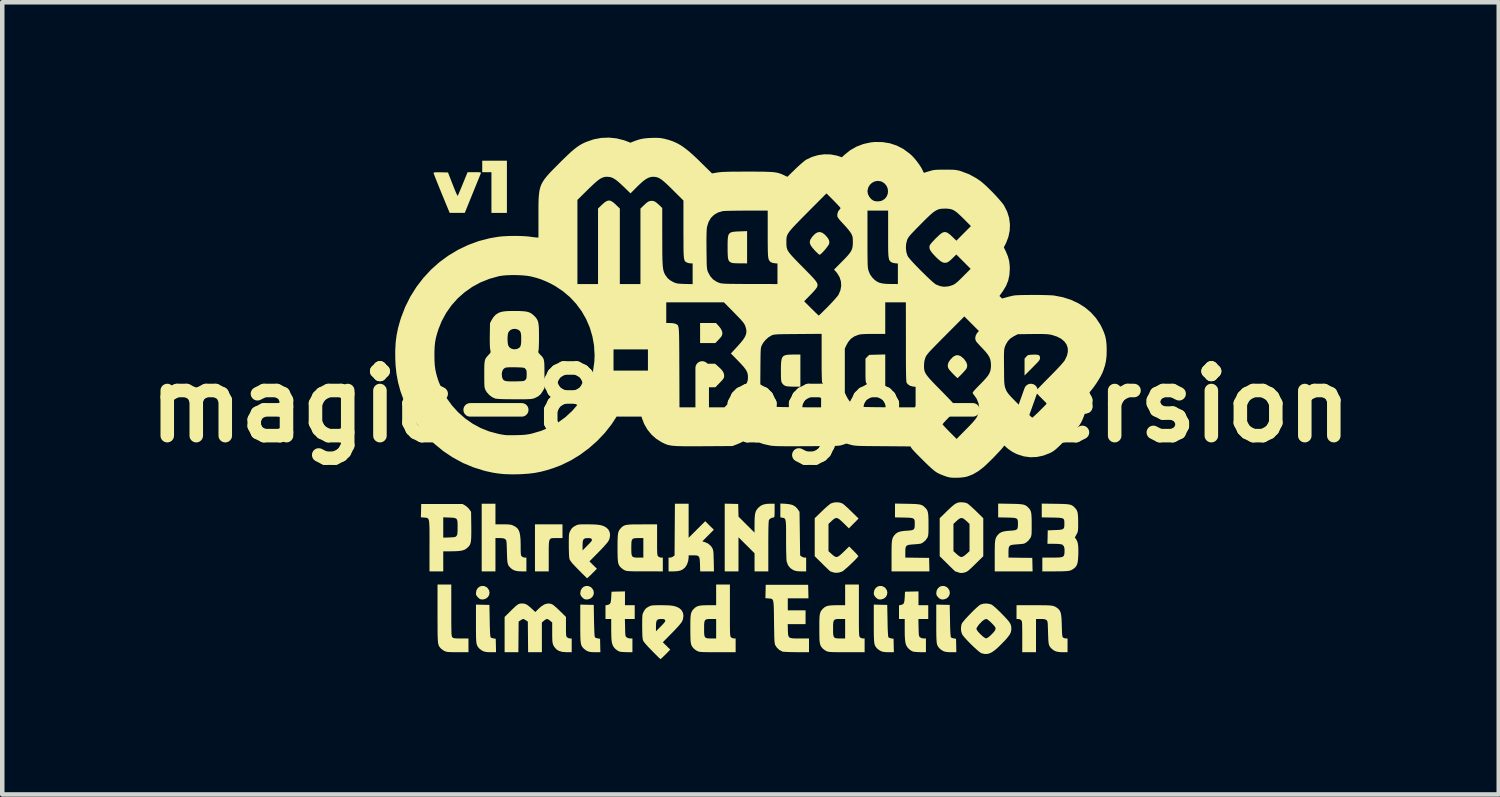
<source format=kicad_pcb>
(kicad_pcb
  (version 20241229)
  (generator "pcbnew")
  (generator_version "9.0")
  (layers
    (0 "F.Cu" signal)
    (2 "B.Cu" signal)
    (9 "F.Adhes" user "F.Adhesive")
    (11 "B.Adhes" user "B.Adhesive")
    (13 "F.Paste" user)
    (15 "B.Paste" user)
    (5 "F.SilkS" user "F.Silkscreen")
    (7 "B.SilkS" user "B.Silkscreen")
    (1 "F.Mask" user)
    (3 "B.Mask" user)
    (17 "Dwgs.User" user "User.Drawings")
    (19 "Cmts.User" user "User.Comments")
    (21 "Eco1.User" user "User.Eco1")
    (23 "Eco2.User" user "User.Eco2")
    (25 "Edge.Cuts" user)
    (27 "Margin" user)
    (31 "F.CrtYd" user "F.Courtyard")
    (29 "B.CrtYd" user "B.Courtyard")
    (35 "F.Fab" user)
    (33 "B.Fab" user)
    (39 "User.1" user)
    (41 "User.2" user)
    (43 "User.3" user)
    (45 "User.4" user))
  (footprint "magic-8-logo-version"
    (layer "F.Cu")
    (at 13.586 5.928)
    (property "Reference" "magic-8-logo-version" (at 0 0 0) (layer "F.SilkS") (effects (font (size 1.5 1.5) (thickness 0.3))))
    (attr board_only exclude_from_pos_files exclude_from_bom)
    (fp_poly (pts (xy -5.4 -4.837) (xy -5.4 -4.259) (xy -5.572 -4.259) (xy -5.743 -4.259) (xy -5.743 -4.71) (xy -5.743 -5.161) (xy -5.845 -5.161) (xy -5.947 -5.161) (xy -5.947 -5.288) (xy -5.947 -5.416) (xy -5.673 -5.416) (xy -5.4 -5.416)) (stroke (width 0) (type solid)) (fill yes) (layer "F.SilkS"))
    (fp_poly (pts (xy -0.714 -1.762) (xy -0.661 -1.696) (xy -0.631 -1.637) (xy -0.623 -1.584) (xy -0.637 -1.534) (xy -0.653 -1.511) (xy -0.681 -1.478) (xy -0.715 -1.441) (xy -0.716 -1.44) (xy -0.781 -1.373) (xy -0.949 -1.373) (xy -1.118 -1.373) (xy -1.118 -1.595) (xy -1.118 -1.818) (xy -0.942 -1.818) (xy -0.766 -1.818)) (stroke (width 0) (type solid)) (fill yes) (layer "F.SilkS"))
    (fp_poly (pts (xy -0.71 -0.849) (xy -0.653 -0.794) (xy -0.615 -0.748) (xy -0.593 -0.705) (xy -0.585 -0.66) (xy -0.584 -0.649) (xy -0.586 -0.623) (xy -0.592 -0.602) (xy -0.606 -0.578) (xy -0.63 -0.549) (xy -0.669 -0.507) (xy -0.682 -0.494) (xy -0.779 -0.394) (xy -0.949 -0.394) (xy -1.118 -0.394) (xy -1.118 -0.655) (xy -1.118 -0.915) (xy -0.952 -0.915) (xy -0.786 -0.915)) (stroke (width 0) (type solid)) (fill yes) (layer "F.SilkS"))
    (fp_poly (pts (xy -5.905 4.012) (xy -5.854 4.035) (xy -5.831 4.054) (xy -5.797 4.103) (xy -5.785 4.156) (xy -5.793 4.207) (xy -5.818 4.253) (xy -5.86 4.288) (xy -5.914 4.307) (xy -5.945 4.31) (xy -5.982 4.306) (xy -6.013 4.29) (xy -6.041 4.265) (xy -6.07 4.231) (xy -6.084 4.2) (xy -6.086 4.168) (xy -6.076 4.108) (xy -6.048 4.06) (xy -6.007 4.026) (xy -5.958 4.01)) (stroke (width 0) (type solid)) (fill yes) (layer "F.SilkS"))
    (fp_poly (pts (xy -3.593 4.012) (xy -3.542 4.035) (xy -3.519 4.054) (xy -3.485 4.103) (xy -3.473 4.156) (xy -3.48 4.207) (xy -3.506 4.253) (xy -3.547 4.288) (xy -3.602 4.307) (xy -3.632 4.31) (xy -3.67 4.306) (xy -3.7 4.29) (xy -3.729 4.265) (xy -3.758 4.231) (xy -3.771 4.2) (xy -3.774 4.168) (xy -3.763 4.108) (xy -3.735 4.06) (xy -3.695 4.026) (xy -3.645 4.01)) (stroke (width 0) (type solid)) (fill yes) (layer "F.SilkS"))
    (fp_poly (pts (xy 2.913 4.012) (xy 2.964 4.035) (xy 2.987 4.054) (xy 3.021 4.103) (xy 3.033 4.156) (xy 3.025 4.207) (xy 3 4.253) (xy 2.959 4.288) (xy 2.904 4.307) (xy 2.873 4.31) (xy 2.836 4.306) (xy 2.805 4.29) (xy 2.777 4.265) (xy 2.748 4.231) (xy 2.735 4.2) (xy 2.732 4.168) (xy 2.742 4.108) (xy 2.77 4.06) (xy 2.811 4.026) (xy 2.86 4.01)) (stroke (width 0) (type solid)) (fill yes) (layer "F.SilkS"))
    (fp_poly (pts (xy 4.298 4.012) (xy 4.349 4.035) (xy 4.372 4.054) (xy 4.406 4.103) (xy 4.418 4.156) (xy 4.41 4.207) (xy 4.385 4.253) (xy 4.344 4.288) (xy 4.289 4.307) (xy 4.258 4.31) (xy 4.221 4.306) (xy 4.19 4.29) (xy 4.162 4.265) (xy 4.133 4.231) (xy 4.12 4.2) (xy 4.117 4.168) (xy 4.127 4.108) (xy 4.155 4.06) (xy 4.196 4.026) (xy 4.245 4.01)) (stroke (width 0) (type solid)) (fill yes) (layer "F.SilkS"))
    (fp_poly (pts (xy -4.168 2.797) (xy -4.168 2.949) (xy -4.295 2.949) (xy -4.345 2.949) (xy -4.384 2.95) (xy -4.415 2.954) (xy -4.437 2.965) (xy -4.453 2.985) (xy -4.463 3.017) (xy -4.469 3.063) (xy -4.472 3.126) (xy -4.473 3.208) (xy -4.473 3.312) (xy -4.473 3.343) (xy -4.473 3.687) (xy -4.625 3.687) (xy -4.778 3.687) (xy -4.778 3.165) (xy -4.778 2.644) (xy -4.473 2.644) (xy -4.168 2.644)) (stroke (width 0) (type solid)) (fill yes) (layer "F.SilkS"))
    (fp_poly (pts (xy 6.369 -1.113) (xy 6.398 -1.1) (xy 6.412 -1.079) (xy 6.417 -1.047) (xy 6.417 -1.045) (xy 6.416 -1.027) (xy 6.41 -1.01) (xy 6.399 -0.99) (xy 6.379 -0.964) (xy 6.347 -0.93) (xy 6.302 -0.884) (xy 6.245 -0.826) (xy 6.074 -0.655) (xy 6.074 -0.842) (xy 6.074 -1.029) (xy 6.111 -1.071) (xy 6.13 -1.091) (xy 6.149 -1.104) (xy 6.174 -1.111) (xy 6.212 -1.115) (xy 6.255 -1.117) (xy 6.323 -1.118)) (stroke (width 0) (type solid)) (fill yes) (layer "F.SilkS"))
    (fp_poly (pts (xy 2.986 -0.764) (xy 2.986 -0.407) (xy 2.837 -0.408) (xy 2.773 -0.409) (xy 2.715 -0.413) (xy 2.668 -0.418) (xy 2.644 -0.423) (xy 2.606 -0.445) (xy 2.574 -0.474) (xy 2.574 -0.474) (xy 2.565 -0.488) (xy 2.558 -0.504) (xy 2.554 -0.525) (xy 2.551 -0.556) (xy 2.549 -0.6) (xy 2.548 -0.661) (xy 2.548 -0.742) (xy 2.548 -0.77) (xy 2.548 -1.029) (xy 2.589 -1.071) (xy 2.631 -1.112) (xy 2.808 -1.117) (xy 2.986 -1.121)) (stroke (width 0) (type solid)) (fill yes) (layer "F.SilkS"))
    (fp_poly (pts (xy -0.076 -3.497) (xy -0.076 -3.14) (xy -0.238 -3.141) (xy -0.316 -3.142) (xy -0.373 -3.145) (xy -0.412 -3.151) (xy -0.435 -3.16) (xy -0.459 -3.175) (xy -0.477 -3.193) (xy -0.49 -3.218) (xy -0.499 -3.254) (xy -0.504 -3.303) (xy -0.507 -3.369) (xy -0.508 -3.456) (xy -0.508 -3.496) (xy -0.508 -3.598) (xy -0.505 -3.678) (xy -0.498 -3.738) (xy -0.484 -3.781) (xy -0.46 -3.811) (xy -0.426 -3.83) (xy -0.378 -3.84) (xy -0.315 -3.846) (xy -0.238 -3.849) (xy -0.076 -3.855)) (stroke (width 0) (type solid)) (fill yes) (layer "F.SilkS"))
    (fp_poly (pts (xy 1.105 -0.763) (xy 1.105 -0.407) (xy 0.956 -0.407) (xy 0.868 -0.41) (xy 0.804 -0.416) (xy 0.766 -0.426) (xy 0.731 -0.449) (xy 0.701 -0.482) (xy 0.699 -0.486) (xy 0.69 -0.503) (xy 0.683 -0.522) (xy 0.679 -0.548) (xy 0.676 -0.585) (xy 0.674 -0.636) (xy 0.674 -0.706) (xy 0.673 -0.761) (xy 0.674 -0.865) (xy 0.678 -0.948) (xy 0.687 -1.01) (xy 0.703 -1.055) (xy 0.729 -1.085) (xy 0.767 -1.104) (xy 0.818 -1.114) (xy 0.885 -1.118) (xy 0.952 -1.119) (xy 1.105 -1.119)) (stroke (width 0) (type solid)) (fill yes) (layer "F.SilkS"))
    (fp_poly (pts (xy 1.592 -3.818) (xy 1.648 -3.776) (xy 1.656 -3.768) (xy 1.708 -3.709) (xy 1.738 -3.658) (xy 1.748 -3.611) (xy 1.742 -3.574) (xy 1.729 -3.547) (xy 1.703 -3.51) (xy 1.67 -3.467) (xy 1.633 -3.423) (xy 1.596 -3.383) (xy 1.563 -3.352) (xy 1.539 -3.333) (xy 1.532 -3.331) (xy 1.516 -3.339) (xy 1.489 -3.363) (xy 1.453 -3.397) (xy 1.431 -3.419) (xy 1.374 -3.484) (xy 1.335 -3.538) (xy 1.316 -3.584) (xy 1.314 -3.627) (xy 1.329 -3.671) (xy 1.361 -3.72) (xy 1.373 -3.735) (xy 1.428 -3.793) (xy 1.483 -3.827) (xy 1.537 -3.835)) (stroke (width 0) (type solid)) (fill yes) (layer "F.SilkS"))
    (fp_poly (pts (xy 4.664 -1.08) (xy 4.722 -1.031) (xy 4.739 -1.012) (xy 4.783 -0.949) (xy 4.803 -0.889) (xy 4.798 -0.833) (xy 4.782 -0.801) (xy 4.765 -0.779) (xy 4.737 -0.747) (xy 4.703 -0.71) (xy 4.667 -0.672) (xy 4.632 -0.638) (xy 4.605 -0.611) (xy 4.589 -0.598) (xy 4.587 -0.597) (xy 4.576 -0.606) (xy 4.551 -0.629) (xy 4.517 -0.662) (xy 4.496 -0.683) (xy 4.445 -0.737) (xy 4.41 -0.778) (xy 4.387 -0.811) (xy 4.376 -0.839) (xy 4.372 -0.867) (xy 4.371 -0.877) (xy 4.384 -0.936) (xy 4.421 -0.997) (xy 4.479 -1.058) (xy 4.503 -1.077) (xy 4.554 -1.103) (xy 4.608 -1.104)) (stroke (width 0) (type solid)) (fill yes) (layer "F.SilkS"))
    (fp_poly (pts (xy -5.937 4.427) (xy -5.788 4.43) (xy -5.781 4.783) (xy -5.779 4.899) (xy -5.776 4.992) (xy -5.773 5.062) (xy -5.769 5.111) (xy -5.764 5.14) (xy -5.76 5.15) (xy -5.738 5.162) (xy -5.703 5.172) (xy -5.696 5.173) (xy -5.648 5.181) (xy -5.644 5.33) (xy -5.641 5.479) (xy -5.759 5.479) (xy -5.828 5.477) (xy -5.879 5.47) (xy -5.919 5.459) (xy -5.928 5.455) (xy -5.969 5.431) (xy -6.007 5.401) (xy -6.013 5.395) (xy -6.032 5.374) (xy -6.047 5.353) (xy -6.059 5.33) (xy -6.069 5.302) (xy -6.076 5.266) (xy -6.081 5.219) (xy -6.084 5.159) (xy -6.085 5.082) (xy -6.086 4.986) (xy -6.086 4.868) (xy -6.086 4.844) (xy -6.086 4.423)) (stroke (width 0) (type solid)) (fill yes) (layer "F.SilkS"))
    (fp_poly (pts (xy -3.624 4.427) (xy -3.475 4.43) (xy -3.469 4.783) (xy -3.466 4.899) (xy -3.463 4.992) (xy -3.46 5.062) (xy -3.456 5.111) (xy -3.451 5.14) (xy -3.447 5.15) (xy -3.425 5.162) (xy -3.391 5.172) (xy -3.384 5.173) (xy -3.335 5.181) (xy -3.332 5.33) (xy -3.328 5.479) (xy -3.446 5.479) (xy -3.516 5.477) (xy -3.567 5.47) (xy -3.606 5.459) (xy -3.615 5.455) (xy -3.657 5.431) (xy -3.694 5.401) (xy -3.7 5.395) (xy -3.719 5.374) (xy -3.735 5.353) (xy -3.747 5.33) (xy -3.756 5.302) (xy -3.763 5.266) (xy -3.768 5.219) (xy -3.771 5.159) (xy -3.773 5.082) (xy -3.774 4.986) (xy -3.774 4.868) (xy -3.774 4.844) (xy -3.774 4.423)) (stroke (width 0) (type solid)) (fill yes) (layer "F.SilkS"))
    (fp_poly (pts (xy 2.881 4.427) (xy 3.03 4.43) (xy 3.037 4.783) (xy 3.039 4.899) (xy 3.042 4.992) (xy 3.046 5.062) (xy 3.05 5.111) (xy 3.054 5.14) (xy 3.058 5.15) (xy 3.08 5.162) (xy 3.115 5.172) (xy 3.122 5.173) (xy 3.17 5.181) (xy 3.174 5.33) (xy 3.177 5.479) (xy 3.059 5.479) (xy 2.99 5.477) (xy 2.939 5.47) (xy 2.899 5.459) (xy 2.891 5.455) (xy 2.849 5.431) (xy 2.811 5.401) (xy 2.806 5.395) (xy 2.787 5.374) (xy 2.771 5.353) (xy 2.759 5.33) (xy 2.749 5.302) (xy 2.743 5.266) (xy 2.738 5.219) (xy 2.735 5.159) (xy 2.733 5.082) (xy 2.732 4.986) (xy 2.732 4.868) (xy 2.732 4.844) (xy 2.732 4.423)) (stroke (width 0) (type solid)) (fill yes) (layer "F.SilkS"))
    (fp_poly (pts (xy 4.266 4.427) (xy 4.415 4.43) (xy 4.422 4.783) (xy 4.424 4.899) (xy 4.427 4.992) (xy 4.431 5.062) (xy 4.435 5.111) (xy 4.439 5.14) (xy 4.443 5.15) (xy 4.465 5.162) (xy 4.5 5.172) (xy 4.507 5.173) (xy 4.555 5.181) (xy 4.559 5.33) (xy 4.562 5.479) (xy 4.444 5.479) (xy 4.375 5.477) (xy 4.324 5.47) (xy 4.284 5.459) (xy 4.276 5.455) (xy 4.234 5.431) (xy 4.196 5.401) (xy 4.191 5.395) (xy 4.172 5.374) (xy 4.156 5.353) (xy 4.144 5.33) (xy 4.134 5.302) (xy 4.127 5.266) (xy 4.123 5.219) (xy 4.12 5.159) (xy 4.118 5.082) (xy 4.117 4.986) (xy 4.117 4.868) (xy 4.117 4.844) (xy 4.117 4.423)) (stroke (width 0) (type solid)) (fill yes) (layer "F.SilkS"))
    (fp_poly (pts (xy 0.78 2.189) (xy 0.867 2.199) (xy 0.935 2.217) (xy 0.989 2.248) (xy 1.034 2.293) (xy 1.048 2.312) (xy 1.086 2.367) (xy 1.093 2.85) (xy 1.099 3.333) (xy 1.129 3.357) (xy 1.164 3.375) (xy 1.196 3.382) (xy 1.233 3.382) (xy 1.233 3.534) (xy 1.233 3.687) (xy 1.121 3.687) (xy 1.059 3.685) (xy 1.013 3.679) (xy 0.973 3.668) (xy 0.944 3.656) (xy 0.879 3.612) (xy 0.831 3.551) (xy 0.802 3.472) (xy 0.801 3.471) (xy 0.798 3.443) (xy 0.795 3.393) (xy 0.793 3.324) (xy 0.79 3.238) (xy 0.789 3.14) (xy 0.788 3.031) (xy 0.788 2.98) (xy 0.788 2.859) (xy 0.788 2.761) (xy 0.787 2.683) (xy 0.784 2.623) (xy 0.78 2.579) (xy 0.774 2.548) (xy 0.766 2.526) (xy 0.754 2.513) (xy 0.739 2.505) (xy 0.72 2.5) (xy 0.701 2.497) (xy 0.661 2.489) (xy 0.661 2.336) (xy 0.661 2.183)) (stroke (width 0) (type solid)) (fill yes) (layer "F.SilkS"))
    (fp_poly (pts (xy -6.633 4.551) (xy -6.633 4.687) (xy -6.633 4.799) (xy -6.632 4.891) (xy -6.631 4.964) (xy -6.63 5.02) (xy -6.629 5.063) (xy -6.626 5.094) (xy -6.623 5.116) (xy -6.619 5.13) (xy -6.615 5.14) (xy -6.609 5.147) (xy -6.607 5.149) (xy -6.594 5.159) (xy -6.577 5.166) (xy -6.552 5.171) (xy -6.512 5.173) (xy -6.455 5.174) (xy -6.417 5.174) (xy -6.252 5.174) (xy -6.252 5.327) (xy -6.252 5.479) (xy -6.49 5.479) (xy -6.576 5.478) (xy -6.642 5.477) (xy -6.69 5.475) (xy -6.726 5.471) (xy -6.752 5.465) (xy -6.774 5.457) (xy -6.779 5.455) (xy -6.82 5.431) (xy -6.858 5.401) (xy -6.864 5.395) (xy -6.88 5.378) (xy -6.893 5.361) (xy -6.905 5.344) (xy -6.914 5.322) (xy -6.921 5.295) (xy -6.927 5.26) (xy -6.931 5.215) (xy -6.934 5.158) (xy -6.936 5.086) (xy -6.937 4.997) (xy -6.937 4.889) (xy -6.938 4.76) (xy -6.938 4.621) (xy -6.938 3.979) (xy -6.785 3.979) (xy -6.633 3.979)) (stroke (width 0) (type solid)) (fill yes) (layer "F.SilkS"))
    (fp_poly (pts (xy -6.057 -5.161) (xy -6.014 -5.16) (xy -5.989 -5.157) (xy -5.978 -5.152) (xy -5.976 -5.144) (xy -5.977 -5.139) (xy -5.984 -5.123) (xy -5.999 -5.085) (xy -6.021 -5.03) (xy -6.05 -4.959) (xy -6.083 -4.877) (xy -6.121 -4.784) (xy -6.16 -4.688) (xy -6.334 -4.259) (xy -6.501 -4.259) (xy -6.668 -4.259) (xy -6.701 -4.338) (xy -6.749 -4.452) (xy -6.795 -4.566) (xy -6.841 -4.676) (xy -6.883 -4.78) (xy -6.922 -4.876) (xy -6.956 -4.961) (xy -6.985 -5.033) (xy -7.007 -5.09) (xy -7.021 -5.128) (xy -7.027 -5.145) (xy -7.027 -5.145) (xy -7.021 -5.152) (xy -7.003 -5.157) (xy -6.969 -5.159) (xy -6.915 -5.159) (xy -6.866 -5.159) (xy -6.706 -5.155) (xy -6.603 -4.891) (xy -6.573 -4.816) (xy -6.546 -4.749) (xy -6.523 -4.696) (xy -6.505 -4.657) (xy -6.494 -4.638) (xy -6.491 -4.637) (xy -6.484 -4.651) (xy -6.469 -4.685) (xy -6.447 -4.736) (xy -6.42 -4.799) (xy -6.39 -4.872) (xy -6.377 -4.904) (xy -6.272 -5.161) (xy -6.121 -5.161)) (stroke (width 0) (type solid)) (fill yes) (layer "F.SilkS"))
    (fp_poly (pts (xy -0.422 2.189) (xy -0.273 2.193) (xy -0.27 2.333) (xy -0.266 2.474) (xy -0.089 2.651) (xy 0.089 2.828) (xy 0.089 2.648) (xy 0.09 2.55) (xy 0.094 2.474) (xy 0.101 2.414) (xy 0.113 2.368) (xy 0.131 2.33) (xy 0.155 2.296) (xy 0.176 2.274) (xy 0.223 2.235) (xy 0.275 2.209) (xy 0.339 2.193) (xy 0.419 2.187) (xy 0.452 2.187) (xy 0.534 2.187) (xy 0.534 2.339) (xy 0.533 2.404) (xy 0.532 2.447) (xy 0.529 2.473) (xy 0.524 2.486) (xy 0.516 2.491) (xy 0.509 2.492) (xy 0.463 2.502) (xy 0.425 2.527) (xy 0.408 2.551) (xy 0.404 2.571) (xy 0.401 2.613) (xy 0.398 2.678) (xy 0.396 2.766) (xy 0.395 2.878) (xy 0.394 3.015) (xy 0.394 3.134) (xy 0.394 3.687) (xy 0.241 3.687) (xy 0.089 3.687) (xy 0.089 3.486) (xy 0.089 3.286) (xy -0.089 3.108) (xy -0.267 2.931) (xy -0.267 3.309) (xy -0.267 3.687) (xy -0.419 3.687) (xy -0.572 3.687) (xy -0.572 2.936) (xy -0.572 2.186)) (stroke (width 0) (type solid)) (fill yes) (layer "F.SilkS"))
    (fp_poly (pts (xy -2.783 4.284) (xy -2.783 4.437) (xy -2.675 4.437) (xy -2.567 4.437) (xy -2.567 4.589) (xy -2.567 4.742) (xy -2.676 4.742) (xy -2.785 4.742) (xy -2.78 4.934) (xy -2.779 5.008) (xy -2.777 5.06) (xy -2.774 5.096) (xy -2.769 5.119) (xy -2.762 5.134) (xy -2.752 5.145) (xy -2.746 5.15) (xy -2.708 5.168) (xy -2.667 5.174) (xy -2.618 5.174) (xy -2.618 5.327) (xy -2.618 5.479) (xy -2.741 5.478) (xy -2.801 5.476) (xy -2.855 5.472) (xy -2.896 5.466) (xy -2.909 5.463) (xy -2.944 5.445) (xy -2.984 5.416) (xy -3.001 5.401) (xy -3.028 5.37) (xy -3.049 5.337) (xy -3.065 5.297) (xy -3.076 5.247) (xy -3.083 5.184) (xy -3.086 5.103) (xy -3.088 5.002) (xy -3.088 4.981) (xy -3.088 4.742) (xy -3.151 4.742) (xy -3.215 4.742) (xy -3.215 4.591) (xy -3.215 4.44) (xy -3.172 4.431) (xy -3.139 4.422) (xy -3.117 4.406) (xy -3.102 4.379) (xy -3.094 4.336) (xy -3.088 4.273) (xy -3.088 4.26) (xy -3.081 4.138) (xy -2.932 4.134) (xy -2.783 4.131)) (stroke (width 0) (type solid)) (fill yes) (layer "F.SilkS"))
    (fp_poly (pts (xy -1.372 2.565) (xy -1.372 2.943) (xy -1.188 2.759) (xy -1.004 2.575) (xy -0.909 2.67) (xy -0.813 2.764) (xy -0.941 2.893) (xy -1.069 3.021) (xy -1.014 3.037) (xy -0.938 3.072) (xy -0.878 3.125) (xy -0.848 3.169) (xy -0.838 3.191) (xy -0.831 3.213) (xy -0.825 3.242) (xy -0.821 3.28) (xy -0.819 3.333) (xy -0.817 3.405) (xy -0.815 3.455) (xy -0.811 3.687) (xy -0.963 3.687) (xy -1.116 3.687) (xy -1.12 3.535) (xy -1.123 3.459) (xy -1.129 3.405) (xy -1.14 3.368) (xy -1.16 3.346) (xy -1.19 3.335) (xy -1.234 3.331) (xy -1.273 3.331) (xy -1.372 3.331) (xy -1.372 3.379) (xy -1.382 3.457) (xy -1.407 3.532) (xy -1.446 3.594) (xy -1.459 3.608) (xy -1.504 3.645) (xy -1.556 3.669) (xy -1.62 3.682) (xy -1.703 3.687) (xy -1.714 3.687) (xy -1.817 3.687) (xy -1.817 3.534) (xy -1.817 3.382) (xy -1.78 3.382) (xy -1.743 3.373) (xy -1.714 3.357) (xy -1.684 3.333) (xy -1.68 2.76) (xy -1.676 2.187) (xy -1.524 2.187) (xy -1.372 2.187)) (stroke (width 0) (type solid)) (fill yes) (layer "F.SilkS"))
    (fp_poly (pts (xy 3.723 4.284) (xy 3.723 4.437) (xy 3.831 4.437) (xy 3.939 4.437) (xy 3.939 4.589) (xy 3.939 4.742) (xy 3.83 4.742) (xy 3.721 4.742) (xy 3.725 4.934) (xy 3.727 5.008) (xy 3.729 5.06) (xy 3.732 5.096) (xy 3.737 5.119) (xy 3.744 5.134) (xy 3.754 5.145) (xy 3.759 5.15) (xy 3.798 5.168) (xy 3.839 5.174) (xy 3.888 5.174) (xy 3.888 5.327) (xy 3.888 5.479) (xy 3.764 5.478) (xy 3.705 5.476) (xy 3.651 5.472) (xy 3.609 5.466) (xy 3.596 5.463) (xy 3.561 5.445) (xy 3.522 5.416) (xy 3.505 5.401) (xy 3.478 5.37) (xy 3.456 5.337) (xy 3.441 5.297) (xy 3.43 5.247) (xy 3.423 5.184) (xy 3.419 5.103) (xy 3.418 5.002) (xy 3.418 4.981) (xy 3.418 4.742) (xy 3.354 4.742) (xy 3.291 4.742) (xy 3.291 4.591) (xy 3.291 4.44) (xy 3.334 4.431) (xy 3.366 4.422) (xy 3.389 4.406) (xy 3.403 4.379) (xy 3.412 4.336) (xy 3.417 4.273) (xy 3.418 4.26) (xy 3.424 4.138) (xy 3.574 4.134) (xy 3.723 4.131)) (stroke (width 0) (type solid)) (fill yes) (layer "F.SilkS"))
    (fp_poly (pts (xy 1.281 4.135) (xy 1.284 4.284) (xy 1.055 4.284) (xy 0.826 4.284) (xy 0.826 4.418) (xy 0.826 4.551) (xy 1.023 4.551) (xy 1.22 4.551) (xy 1.22 4.704) (xy 1.22 4.856) (xy 1.022 4.856) (xy 0.824 4.856) (xy 0.828 4.991) (xy 0.83 5.052) (xy 0.835 5.098) (xy 0.845 5.131) (xy 0.864 5.153) (xy 0.896 5.165) (xy 0.942 5.172) (xy 1.008 5.174) (xy 1.094 5.174) (xy 1.296 5.174) (xy 1.296 5.327) (xy 1.296 5.479) (xy 1.02 5.478) (xy 0.932 5.477) (xy 0.853 5.475) (xy 0.786 5.472) (xy 0.737 5.469) (xy 0.708 5.465) (xy 0.705 5.464) (xy 0.637 5.428) (xy 0.581 5.373) (xy 0.556 5.335) (xy 0.548 5.321) (xy 0.542 5.306) (xy 0.538 5.287) (xy 0.534 5.263) (xy 0.531 5.23) (xy 0.528 5.185) (xy 0.526 5.127) (xy 0.525 5.052) (xy 0.523 4.957) (xy 0.521 4.841) (xy 0.521 4.809) (xy 0.519 4.681) (xy 0.518 4.577) (xy 0.516 4.493) (xy 0.513 4.428) (xy 0.508 4.378) (xy 0.502 4.343) (xy 0.492 4.318) (xy 0.48 4.303) (xy 0.464 4.295) (xy 0.443 4.29) (xy 0.418 4.288) (xy 0.401 4.287) (xy 0.33 4.281) (xy 0.333 4.133) (xy 0.337 3.985) (xy 0.807 3.985) (xy 1.277 3.985)) (stroke (width 0) (type solid)) (fill yes) (layer "F.SilkS"))
    (fp_poly (pts (xy -5.654 2.415) (xy -5.654 2.644) (xy -5.486 2.644) (xy -5.415 2.645) (xy -5.363 2.647) (xy -5.325 2.651) (xy -5.295 2.658) (xy -5.266 2.669) (xy -5.253 2.675) (xy -5.205 2.701) (xy -5.167 2.734) (xy -5.139 2.775) (xy -5.119 2.828) (xy -5.106 2.896) (xy -5.098 2.982) (xy -5.095 3.09) (xy -5.095 3.117) (xy -5.095 3.196) (xy -5.094 3.254) (xy -5.092 3.294) (xy -5.088 3.321) (xy -5.083 3.339) (xy -5.075 3.351) (xy -5.07 3.356) (xy -5.038 3.375) (xy -5.006 3.382) (xy -4.968 3.382) (xy -4.968 3.534) (xy -4.968 3.687) (xy -5.077 3.687) (xy -5.16 3.683) (xy -5.224 3.669) (xy -5.277 3.644) (xy -5.316 3.613) (xy -5.341 3.588) (xy -5.36 3.564) (xy -5.374 3.537) (xy -5.384 3.503) (xy -5.391 3.458) (xy -5.395 3.398) (xy -5.398 3.32) (xy -5.4 3.25) (xy -5.402 3.164) (xy -5.405 3.1) (xy -5.407 3.054) (xy -5.411 3.022) (xy -5.415 3.001) (xy -5.422 2.988) (xy -5.431 2.978) (xy -5.437 2.974) (xy -5.46 2.96) (xy -5.492 2.952) (xy -5.54 2.95) (xy -5.56 2.949) (xy -5.654 2.949) (xy -5.654 3.318) (xy -5.654 3.687) (xy -5.807 3.687) (xy -5.959 3.687) (xy -5.959 2.937) (xy -5.959 2.187) (xy -5.807 2.187) (xy -5.654 2.187)) (stroke (width 0) (type solid)) (fill yes) (layer "F.SilkS"))
    (fp_poly (pts (xy 1.979 2.162) (xy 2.033 2.18) (xy 2.057 2.196) (xy 2.094 2.227) (xy 2.142 2.27) (xy 2.195 2.32) (xy 2.236 2.36) (xy 2.395 2.516) (xy 2.288 2.624) (xy 2.18 2.733) (xy 2.064 2.619) (xy 2.006 2.564) (xy 1.962 2.527) (xy 1.925 2.507) (xy 1.893 2.504) (xy 1.861 2.517) (xy 1.825 2.544) (xy 1.797 2.57) (xy 1.728 2.635) (xy 1.728 2.937) (xy 1.728 3.239) (xy 1.799 3.304) (xy 1.84 3.339) (xy 1.873 3.361) (xy 1.904 3.369) (xy 1.936 3.361) (xy 1.973 3.337) (xy 2.02 3.296) (xy 2.066 3.252) (xy 2.187 3.135) (xy 2.288 3.236) (xy 2.328 3.277) (xy 2.361 3.313) (xy 2.382 3.339) (xy 2.389 3.351) (xy 2.38 3.366) (xy 2.355 3.394) (xy 2.319 3.433) (xy 2.274 3.477) (xy 2.224 3.525) (xy 2.173 3.573) (xy 2.124 3.616) (xy 2.082 3.653) (xy 2.048 3.679) (xy 2.031 3.69) (xy 1.957 3.714) (xy 1.883 3.719) (xy 1.823 3.706) (xy 1.791 3.694) (xy 1.77 3.688) (xy 1.767 3.687) (xy 1.757 3.678) (xy 1.732 3.655) (xy 1.694 3.618) (xy 1.647 3.573) (xy 1.594 3.52) (xy 1.593 3.519) (xy 1.423 3.351) (xy 1.423 2.93) (xy 1.423 2.508) (xy 1.579 2.357) (xy 1.634 2.304) (xy 1.687 2.256) (xy 1.734 2.217) (xy 1.769 2.19) (xy 1.785 2.18) (xy 1.844 2.161) (xy 1.912 2.155)) (stroke (width 0) (type solid)) (fill yes) (layer "F.SilkS"))
    (fp_poly (pts (xy 4.751 2.162) (xy 4.803 2.179) (xy 4.827 2.196) (xy 4.865 2.228) (xy 4.912 2.27) (xy 4.965 2.319) (xy 5.003 2.356) (xy 5.159 2.509) (xy 5.159 2.93) (xy 5.159 3.352) (xy 4.984 3.523) (xy 4.921 3.585) (xy 4.873 3.63) (xy 4.836 3.663) (xy 4.806 3.685) (xy 4.782 3.699) (xy 4.759 3.707) (xy 4.75 3.71) (xy 4.7 3.721) (xy 4.663 3.723) (xy 4.627 3.716) (xy 4.593 3.705) (xy 4.561 3.694) (xy 4.54 3.688) (xy 4.537 3.687) (xy 4.527 3.678) (xy 4.502 3.655) (xy 4.464 3.618) (xy 4.417 3.573) (xy 4.364 3.52) (xy 4.363 3.519) (xy 4.193 3.351) (xy 4.193 3.239) (xy 4.498 3.239) (xy 4.569 3.304) (xy 4.616 3.343) (xy 4.652 3.364) (xy 4.676 3.369) (xy 4.706 3.361) (xy 4.744 3.337) (xy 4.783 3.304) (xy 4.854 3.239) (xy 4.854 2.937) (xy 4.854 2.635) (xy 4.785 2.57) (xy 4.742 2.533) (xy 4.71 2.512) (xy 4.682 2.505) (xy 4.676 2.504) (xy 4.648 2.509) (xy 4.617 2.527) (xy 4.578 2.56) (xy 4.567 2.57) (xy 4.498 2.635) (xy 4.498 2.937) (xy 4.498 3.239) (xy 4.193 3.239) (xy 4.193 2.93) (xy 4.193 2.509) (xy 4.342 2.363) (xy 4.413 2.295) (xy 4.469 2.244) (xy 4.514 2.207) (xy 4.553 2.182) (xy 4.588 2.166) (xy 4.623 2.158) (xy 4.661 2.155) (xy 4.676 2.155)) (stroke (width 0) (type solid)) (fill yes) (layer "F.SilkS"))
    (fp_poly (pts (xy -6.328 2.225) (xy -6.286 2.255) (xy -6.246 2.296) (xy -6.233 2.312) (xy -6.194 2.367) (xy -6.19 2.68) (xy -6.189 2.792) (xy -6.19 2.882) (xy -6.192 2.953) (xy -6.197 3.009) (xy -6.204 3.052) (xy -6.215 3.085) (xy -6.23 3.113) (xy -6.25 3.138) (xy -6.266 3.154) (xy -6.302 3.185) (xy -6.343 3.209) (xy -6.393 3.225) (xy -6.456 3.235) (xy -6.535 3.24) (xy -6.629 3.242) (xy -6.811 3.242) (xy -6.811 3.464) (xy -6.811 3.687) (xy -6.963 3.687) (xy -7.116 3.687) (xy -7.116 3.122) (xy -7.115 2.981) (xy -7.116 2.863) (xy -7.116 2.766) (xy -7.118 2.688) (xy -7.121 2.627) (xy -7.125 2.581) (xy -7.132 2.548) (xy -7.142 2.525) (xy -7.154 2.51) (xy -7.17 2.502) (xy -7.189 2.498) (xy -7.213 2.496) (xy -7.235 2.494) (xy -7.296 2.489) (xy -6.811 2.489) (xy -6.811 2.714) (xy -6.811 2.939) (xy -6.676 2.935) (xy -6.615 2.932) (xy -6.575 2.929) (xy -6.548 2.924) (xy -6.532 2.915) (xy -6.519 2.902) (xy -6.517 2.9) (xy -6.507 2.885) (xy -6.5 2.864) (xy -6.496 2.834) (xy -6.494 2.789) (xy -6.493 2.725) (xy -6.493 2.708) (xy -6.493 2.631) (xy -6.497 2.576) (xy -6.507 2.538) (xy -6.527 2.515) (xy -6.56 2.503) (xy -6.608 2.497) (xy -6.676 2.494) (xy -6.678 2.494) (xy -6.811 2.489) (xy -7.296 2.489) (xy -7.307 2.488) (xy -7.303 2.341) (xy -7.3 2.193) (xy -6.842 2.193) (xy -6.385 2.193)) (stroke (width 0) (type solid)) (fill yes) (layer "F.SilkS"))
    (fp_poly (pts (xy 6.399 4.437) (xy 6.494 4.438) (xy 6.569 4.439) (xy 6.629 4.442) (xy 6.675 4.447) (xy 6.71 4.454) (xy 6.739 4.463) (xy 6.763 4.475) (xy 6.785 4.49) (xy 6.795 4.496) (xy 6.825 4.521) (xy 6.848 4.548) (xy 6.866 4.58) (xy 6.879 4.621) (xy 6.888 4.675) (xy 6.894 4.745) (xy 6.898 4.836) (xy 6.899 4.886) (xy 6.902 4.973) (xy 6.904 5.037) (xy 6.907 5.084) (xy 6.911 5.115) (xy 6.916 5.136) (xy 6.922 5.148) (xy 6.931 5.156) (xy 6.962 5.17) (xy 6.991 5.174) (xy 7.027 5.174) (xy 7.027 5.327) (xy 7.027 5.479) (xy 6.918 5.479) (xy 6.835 5.475) (xy 6.77 5.461) (xy 6.718 5.436) (xy 6.679 5.405) (xy 6.654 5.38) (xy 6.635 5.356) (xy 6.621 5.329) (xy 6.611 5.295) (xy 6.604 5.25) (xy 6.6 5.191) (xy 6.597 5.113) (xy 6.595 5.043) (xy 6.592 4.957) (xy 6.59 4.892) (xy 6.588 4.846) (xy 6.584 4.814) (xy 6.579 4.794) (xy 6.573 4.78) (xy 6.564 4.771) (xy 6.558 4.766) (xy 6.536 4.753) (xy 6.506 4.745) (xy 6.461 4.742) (xy 6.428 4.742) (xy 6.328 4.742) (xy 6.328 5.111) (xy 6.328 5.479) (xy 6.175 5.479) (xy 6.023 5.479) (xy 6.023 5.136) (xy 6.023 5.033) (xy 6.022 4.953) (xy 6.021 4.892) (xy 6.02 4.848) (xy 6.017 4.816) (xy 6.013 4.795) (xy 6.008 4.781) (xy 6.002 4.772) (xy 5.997 4.767) (xy 5.965 4.748) (xy 5.934 4.742) (xy 5.896 4.742) (xy 5.896 4.589) (xy 5.896 4.437) (xy 6.281 4.437)) (stroke (width 0) (type solid)) (fill yes) (layer "F.SilkS"))
    (fp_poly (pts (xy -2.071 2.987) (xy -2.071 3.09) (xy -2.071 3.17) (xy -2.07 3.231) (xy -2.068 3.276) (xy -2.065 3.307) (xy -2.062 3.328) (xy -2.057 3.342) (xy -2.05 3.352) (xy -2.046 3.356) (xy -2.014 3.375) (xy -1.982 3.382) (xy -1.944 3.382) (xy -1.944 3.534) (xy -1.944 3.687) (xy -2.341 3.686) (xy -2.454 3.686) (xy -2.544 3.686) (xy -2.614 3.685) (xy -2.668 3.683) (xy -2.709 3.681) (xy -2.739 3.677) (xy -2.761 3.673) (xy -2.779 3.667) (xy -2.789 3.663) (xy -2.831 3.638) (xy -2.868 3.608) (xy -2.874 3.602) (xy -2.896 3.578) (xy -2.913 3.553) (xy -2.926 3.525) (xy -2.935 3.49) (xy -2.941 3.445) (xy -2.945 3.387) (xy -2.947 3.311) (xy -2.948 3.215) (xy -2.948 3.165) (xy -2.643 3.165) (xy -2.642 3.244) (xy -2.639 3.301) (xy -2.629 3.339) (xy -2.612 3.363) (xy -2.584 3.376) (xy -2.542 3.381) (xy -2.484 3.382) (xy -2.484 3.382) (xy -2.376 3.382) (xy -2.376 3.165) (xy -2.376 2.949) (xy -2.484 2.949) (xy -2.542 2.95) (xy -2.584 2.955) (xy -2.612 2.968) (xy -2.629 2.991) (xy -2.639 3.03) (xy -2.642 3.087) (xy -2.643 3.165) (xy -2.643 3.165) (xy -2.948 3.165) (xy -2.948 3.059) (xy -2.946 2.975) (xy -2.943 2.909) (xy -2.938 2.859) (xy -2.93 2.82) (xy -2.919 2.79) (xy -2.904 2.764) (xy -2.884 2.74) (xy -2.874 2.728) (xy -2.851 2.705) (xy -2.827 2.686) (xy -2.801 2.672) (xy -2.768 2.661) (xy -2.726 2.654) (xy -2.672 2.649) (xy -2.601 2.646) (xy -2.511 2.645) (xy -2.405 2.645) (xy -2.071 2.644)) (stroke (width 0) (type solid)) (fill yes) (layer "F.SilkS"))
    (fp_poly (pts (xy 3.472 2.189) (xy 3.572 2.191) (xy 3.65 2.194) (xy 3.711 2.199) (xy 3.757 2.206) (xy 3.792 2.217) (xy 3.821 2.231) (xy 3.846 2.251) (xy 3.872 2.276) (xy 3.896 2.302) (xy 3.914 2.33) (xy 3.927 2.362) (xy 3.936 2.403) (xy 3.941 2.456) (xy 3.944 2.525) (xy 3.945 2.614) (xy 3.945 2.651) (xy 3.945 2.736) (xy 3.944 2.799) (xy 3.942 2.846) (xy 3.939 2.88) (xy 3.934 2.905) (xy 3.927 2.926) (xy 3.917 2.945) (xy 3.877 3.001) (xy 3.823 3.047) (xy 3.78 3.07) (xy 3.757 3.075) (xy 3.716 3.08) (xy 3.662 3.085) (xy 3.617 3.088) (xy 3.544 3.094) (xy 3.494 3.102) (xy 3.461 3.118) (xy 3.442 3.144) (xy 3.433 3.184) (xy 3.431 3.243) (xy 3.431 3.268) (xy 3.431 3.381) (xy 3.694 3.385) (xy 3.958 3.388) (xy 3.962 3.537) (xy 3.965 3.687) (xy 3.545 3.687) (xy 3.126 3.687) (xy 3.126 3.352) (xy 3.126 3.241) (xy 3.127 3.153) (xy 3.129 3.084) (xy 3.133 3.03) (xy 3.139 2.989) (xy 3.148 2.956) (xy 3.159 2.93) (xy 3.174 2.905) (xy 3.185 2.889) (xy 3.222 2.85) (xy 3.267 2.821) (xy 3.325 2.802) (xy 3.402 2.79) (xy 3.459 2.786) (xy 3.53 2.781) (xy 3.58 2.773) (xy 3.612 2.759) (xy 3.63 2.737) (xy 3.638 2.703) (xy 3.64 2.653) (xy 3.64 2.638) (xy 3.64 2.59) (xy 3.636 2.554) (xy 3.625 2.529) (xy 3.604 2.513) (xy 3.57 2.503) (xy 3.519 2.498) (xy 3.447 2.495) (xy 3.399 2.494) (xy 3.202 2.49) (xy 3.202 2.337) (xy 3.202 2.184)) (stroke (width 0) (type solid)) (fill yes) (layer "F.SilkS"))
    (fp_poly (pts (xy 5.759 2.189) (xy 5.859 2.191) (xy 5.937 2.194) (xy 5.998 2.199) (xy 6.044 2.206) (xy 6.079 2.217) (xy 6.108 2.231) (xy 6.133 2.251) (xy 6.159 2.276) (xy 6.183 2.302) (xy 6.201 2.33) (xy 6.214 2.362) (xy 6.223 2.403) (xy 6.228 2.456) (xy 6.231 2.525) (xy 6.232 2.614) (xy 6.232 2.651) (xy 6.232 2.736) (xy 6.231 2.799) (xy 6.23 2.846) (xy 6.226 2.88) (xy 6.221 2.905) (xy 6.214 2.926) (xy 6.204 2.945) (xy 6.164 3.001) (xy 6.11 3.047) (xy 6.067 3.07) (xy 6.045 3.075) (xy 6.003 3.08) (xy 5.949 3.085) (xy 5.904 3.088) (xy 5.832 3.094) (xy 5.781 3.102) (xy 5.748 3.118) (xy 5.729 3.144) (xy 5.72 3.184) (xy 5.718 3.243) (xy 5.718 3.268) (xy 5.718 3.381) (xy 5.982 3.385) (xy 6.245 3.388) (xy 6.249 3.537) (xy 6.252 3.687) (xy 5.833 3.687) (xy 5.413 3.687) (xy 5.413 3.352) (xy 5.413 3.241) (xy 5.414 3.153) (xy 5.416 3.084) (xy 5.42 3.03) (xy 5.426 2.989) (xy 5.435 2.956) (xy 5.446 2.93) (xy 5.461 2.905) (xy 5.473 2.889) (xy 5.509 2.85) (xy 5.554 2.821) (xy 5.613 2.802) (xy 5.689 2.79) (xy 5.746 2.786) (xy 5.817 2.781) (xy 5.867 2.773) (xy 5.899 2.759) (xy 5.917 2.737) (xy 5.925 2.703) (xy 5.927 2.653) (xy 5.928 2.638) (xy 5.927 2.59) (xy 5.923 2.554) (xy 5.912 2.529) (xy 5.891 2.513) (xy 5.857 2.503) (xy 5.806 2.498) (xy 5.735 2.495) (xy 5.686 2.494) (xy 5.489 2.49) (xy 5.489 2.337) (xy 5.489 2.184)) (stroke (width 0) (type solid)) (fill yes) (layer "F.SilkS"))
    (fp_poly (pts (xy -3.498 2.646) (xy -3.415 2.65) (xy -3.348 2.658) (xy -3.293 2.67) (xy -3.246 2.688) (xy -3.206 2.71) (xy -3.155 2.754) (xy -3.124 2.812) (xy -3.113 2.88) (xy -3.123 2.952) (xy -3.141 2.999) (xy -3.162 3.033) (xy -3.201 3.081) (xy -3.257 3.144) (xy -3.329 3.22) (xy -3.369 3.261) (xy -3.57 3.465) (xy -3.488 3.547) (xy -3.405 3.629) (xy -3.51 3.734) (xy -3.551 3.775) (xy -3.587 3.809) (xy -3.611 3.831) (xy -3.622 3.839) (xy -3.633 3.831) (xy -3.658 3.806) (xy -3.696 3.769) (xy -3.744 3.722) (xy -3.798 3.667) (xy -3.813 3.652) (xy -3.88 3.583) (xy -3.931 3.529) (xy -3.967 3.487) (xy -3.991 3.454) (xy -4.006 3.428) (xy -4.013 3.412) (xy -4.019 3.377) (xy -4.023 3.319) (xy -4.026 3.241) (xy -4.028 3.145) (xy -4.028 3.111) (xy -3.723 3.111) (xy -3.723 3.223) (xy -3.614 3.112) (xy -3.568 3.065) (xy -3.538 3.032) (xy -3.521 3.009) (xy -3.515 2.993) (xy -3.517 2.98) (xy -3.519 2.976) (xy -3.532 2.96) (xy -3.555 2.952) (xy -3.594 2.949) (xy -3.603 2.949) (xy -3.653 2.952) (xy -3.687 2.964) (xy -3.708 2.987) (xy -3.719 3.027) (xy -3.723 3.087) (xy -3.723 3.111) (xy -4.028 3.111) (xy -4.028 3.105) (xy -4.028 3.019) (xy -4.027 2.953) (xy -4.026 2.905) (xy -4.023 2.87) (xy -4.018 2.843) (xy -4.011 2.822) (xy -4.002 2.8) (xy -3.993 2.783) (xy -3.965 2.737) (xy -3.932 2.706) (xy -3.889 2.68) (xy -3.864 2.667) (xy -3.841 2.657) (xy -3.817 2.651) (xy -3.785 2.647) (xy -3.743 2.645) (xy -3.684 2.644) (xy -3.605 2.644) (xy -3.603 2.644)) (stroke (width 0) (type solid)) (fill yes) (layer "F.SilkS"))
    (fp_poly (pts (xy -1.872 4.438) (xy -1.788 4.442) (xy -1.721 4.45) (xy -1.666 4.463) (xy -1.619 4.481) (xy -1.579 4.502) (xy -1.529 4.547) (xy -1.498 4.605) (xy -1.487 4.672) (xy -1.497 4.745) (xy -1.514 4.792) (xy -1.536 4.825) (xy -1.575 4.874) (xy -1.631 4.937) (xy -1.703 5.013) (xy -1.743 5.054) (xy -1.944 5.258) (xy -1.861 5.34) (xy -1.779 5.421) (xy -1.883 5.527) (xy -1.925 5.568) (xy -1.96 5.601) (xy -1.985 5.624) (xy -1.996 5.632) (xy -2.006 5.623) (xy -2.032 5.599) (xy -2.07 5.562) (xy -2.117 5.515) (xy -2.172 5.46) (xy -2.187 5.444) (xy -2.254 5.375) (xy -2.304 5.321) (xy -2.34 5.279) (xy -2.365 5.247) (xy -2.38 5.221) (xy -2.386 5.204) (xy -2.392 5.17) (xy -2.397 5.112) (xy -2.4 5.034) (xy -2.401 4.938) (xy -2.401 4.904) (xy -2.096 4.904) (xy -2.096 5.015) (xy -1.987 4.905) (xy -1.942 4.858) (xy -1.912 4.824) (xy -1.895 4.801) (xy -1.889 4.785) (xy -1.891 4.772) (xy -1.893 4.768) (xy -1.906 4.752) (xy -1.928 4.744) (xy -1.967 4.742) (xy -1.976 4.742) (xy -2.026 4.745) (xy -2.06 4.756) (xy -2.081 4.78) (xy -2.092 4.82) (xy -2.096 4.88) (xy -2.096 4.904) (xy -2.401 4.904) (xy -2.402 4.898) (xy -2.401 4.811) (xy -2.401 4.746) (xy -2.399 4.698) (xy -2.397 4.662) (xy -2.392 4.636) (xy -2.385 4.614) (xy -2.375 4.593) (xy -2.366 4.575) (xy -2.338 4.53) (xy -2.306 4.498) (xy -2.263 4.472) (xy -2.238 4.459) (xy -2.215 4.45) (xy -2.19 4.444) (xy -2.159 4.44) (xy -2.116 4.438) (xy -2.058 4.437) (xy -1.979 4.437) (xy -1.977 4.437)) (stroke (width 0) (type solid)) (fill yes) (layer "F.SilkS"))
    (fp_poly (pts (xy -5.023 4.401) (xy -4.986 4.412) (xy -4.947 4.432) (xy -4.903 4.466) (xy -4.847 4.516) (xy -4.846 4.517) (xy -4.769 4.588) (xy -4.713 4.53) (xy -4.637 4.462) (xy -4.566 4.418) (xy -4.497 4.399) (xy -4.432 4.404) (xy -4.393 4.419) (xy -4.369 4.435) (xy -4.332 4.466) (xy -4.286 4.507) (xy -4.236 4.554) (xy -4.222 4.568) (xy -4.091 4.697) (xy -4.091 4.91) (xy -4.091 4.989) (xy -4.09 5.047) (xy -4.088 5.087) (xy -4.085 5.114) (xy -4.079 5.131) (xy -4.071 5.144) (xy -4.066 5.149) (xy -4.034 5.168) (xy -4.003 5.174) (xy -3.964 5.174) (xy -3.964 5.327) (xy -3.964 5.479) (xy -4.073 5.479) (xy -4.169 5.472) (xy -4.245 5.451) (xy -4.306 5.413) (xy -4.352 5.358) (xy -4.372 5.32) (xy -4.381 5.298) (xy -4.387 5.272) (xy -4.392 5.237) (xy -4.394 5.19) (xy -4.396 5.126) (xy -4.396 5.045) (xy -4.396 4.821) (xy -4.441 4.781) (xy -4.473 4.758) (xy -4.502 4.743) (xy -4.511 4.742) (xy -4.535 4.75) (xy -4.566 4.77) (xy -4.58 4.781) (xy -4.625 4.821) (xy -4.625 5.15) (xy -4.625 5.479) (xy -4.777 5.479) (xy -4.93 5.479) (xy -4.933 5.14) (xy -4.936 4.8) (xy -4.98 4.771) (xy -5.01 4.752) (xy -5.034 4.742) (xy -5.038 4.742) (xy -5.058 4.748) (xy -5.087 4.765) (xy -5.097 4.771) (xy -5.14 4.8) (xy -5.143 5.14) (xy -5.146 5.479) (xy -5.299 5.479) (xy -5.451 5.479) (xy -5.451 5.088) (xy -5.451 4.697) (xy -5.321 4.569) (xy -5.26 4.509) (xy -5.213 4.465) (xy -5.177 4.435) (xy -5.148 4.416) (xy -5.122 4.405) (xy -5.096 4.4) (xy -5.066 4.399) (xy -5.064 4.399)) (stroke (width 0) (type solid)) (fill yes) (layer "F.SilkS"))
    (fp_poly (pts (xy -0.457 4.551) (xy -0.457 4.687) (xy -0.457 4.799) (xy -0.457 4.891) (xy -0.456 4.964) (xy -0.455 5.02) (xy -0.453 5.063) (xy -0.451 5.094) (xy -0.448 5.116) (xy -0.444 5.13) (xy -0.439 5.14) (xy -0.434 5.147) (xy -0.432 5.149) (xy -0.4 5.168) (xy -0.368 5.174) (xy -0.33 5.174) (xy -0.33 5.327) (xy -0.33 5.479) (xy -0.727 5.479) (xy -0.84 5.479) (xy -0.93 5.478) (xy -1 5.477) (xy -1.054 5.476) (xy -1.095 5.473) (xy -1.125 5.47) (xy -1.147 5.465) (xy -1.165 5.46) (xy -1.175 5.455) (xy -1.217 5.431) (xy -1.255 5.401) (xy -1.26 5.395) (xy -1.282 5.37) (xy -1.299 5.346) (xy -1.312 5.317) (xy -1.321 5.283) (xy -1.328 5.238) (xy -1.331 5.179) (xy -1.333 5.103) (xy -1.334 5.007) (xy -1.334 4.958) (xy -1.029 4.958) (xy -1.029 5.037) (xy -1.025 5.093) (xy -1.016 5.132) (xy -0.998 5.156) (xy -0.97 5.168) (xy -0.928 5.173) (xy -0.871 5.174) (xy -0.87 5.174) (xy -0.762 5.174) (xy -0.762 4.958) (xy -0.762 4.742) (xy -0.87 4.742) (xy -0.928 4.743) (xy -0.97 4.748) (xy -0.998 4.76) (xy -1.016 4.784) (xy -1.025 4.822) (xy -1.029 4.879) (xy -1.029 4.958) (xy -1.029 4.958) (xy -1.334 4.958) (xy -1.334 4.852) (xy -1.333 4.768) (xy -1.33 4.702) (xy -1.324 4.651) (xy -1.317 4.613) (xy -1.305 4.582) (xy -1.29 4.556) (xy -1.271 4.532) (xy -1.26 4.521) (xy -1.228 4.49) (xy -1.193 4.468) (xy -1.151 4.452) (xy -1.098 4.443) (xy -1.028 4.438) (xy -0.943 4.437) (xy -0.762 4.437) (xy -0.762 4.208) (xy -0.762 3.979) (xy -0.61 3.979) (xy -0.457 3.979)) (stroke (width 0) (type solid)) (fill yes) (layer "F.SilkS"))
    (fp_poly (pts (xy 2.402 4.551) (xy 2.402 4.687) (xy 2.402 4.799) (xy 2.402 4.891) (xy 2.403 4.964) (xy 2.404 5.02) (xy 2.406 5.063) (xy 2.408 5.094) (xy 2.411 5.116) (xy 2.415 5.13) (xy 2.419 5.14) (xy 2.425 5.147) (xy 2.427 5.149) (xy 2.459 5.168) (xy 2.49 5.174) (xy 2.529 5.174) (xy 2.529 5.327) (xy 2.529 5.479) (xy 2.131 5.479) (xy 2.019 5.479) (xy 1.929 5.478) (xy 1.859 5.477) (xy 1.805 5.476) (xy 1.764 5.473) (xy 1.734 5.47) (xy 1.712 5.465) (xy 1.694 5.46) (xy 1.684 5.455) (xy 1.642 5.431) (xy 1.604 5.401) (xy 1.598 5.395) (xy 1.577 5.37) (xy 1.56 5.346) (xy 1.547 5.317) (xy 1.538 5.283) (xy 1.531 5.238) (xy 1.527 5.179) (xy 1.526 5.103) (xy 1.525 5.007) (xy 1.525 4.958) (xy 1.83 4.958) (xy 1.83 5.037) (xy 1.834 5.093) (xy 1.843 5.132) (xy 1.861 5.156) (xy 1.889 5.168) (xy 1.931 5.173) (xy 1.988 5.174) (xy 1.989 5.174) (xy 2.097 5.174) (xy 2.097 4.958) (xy 2.097 4.742) (xy 1.989 4.742) (xy 1.931 4.743) (xy 1.889 4.748) (xy 1.861 4.76) (xy 1.843 4.784) (xy 1.834 4.822) (xy 1.83 4.879) (xy 1.83 4.958) (xy 1.83 4.958) (xy 1.525 4.958) (xy 1.525 4.852) (xy 1.526 4.768) (xy 1.529 4.702) (xy 1.534 4.651) (xy 1.542 4.613) (xy 1.554 4.582) (xy 1.569 4.556) (xy 1.588 4.532) (xy 1.598 4.521) (xy 1.631 4.49) (xy 1.666 4.468) (xy 1.708 4.452) (xy 1.761 4.443) (xy 1.831 4.438) (xy 1.915 4.437) (xy 2.097 4.437) (xy 2.097 4.208) (xy 2.097 3.979) (xy 2.249 3.979) (xy 2.402 3.979)) (stroke (width 0) (type solid)) (fill yes) (layer "F.SilkS"))
    (fp_poly (pts (xy 6.757 2.189) (xy 6.861 2.191) (xy 6.944 2.193) (xy 7.008 2.197) (xy 7.058 2.203) (xy 7.096 2.212) (xy 7.125 2.224) (xy 7.15 2.241) (xy 7.174 2.262) (xy 7.188 2.276) (xy 7.214 2.305) (xy 7.233 2.337) (xy 7.247 2.373) (xy 7.255 2.421) (xy 7.26 2.483) (xy 7.262 2.564) (xy 7.262 2.606) (xy 7.262 2.681) (xy 7.261 2.736) (xy 7.258 2.775) (xy 7.253 2.804) (xy 7.246 2.828) (xy 7.235 2.851) (xy 7.225 2.869) (xy 7.189 2.935) (xy 7.215 2.972) (xy 7.237 3.01) (xy 7.252 3.055) (xy 7.262 3.113) (xy 7.266 3.186) (xy 7.266 3.28) (xy 7.266 3.308) (xy 7.261 3.4) (xy 7.254 3.471) (xy 7.241 3.525) (xy 7.222 3.566) (xy 7.195 3.6) (xy 7.163 3.627) (xy 7.136 3.645) (xy 7.109 3.66) (xy 7.078 3.67) (xy 7.039 3.678) (xy 6.988 3.682) (xy 6.923 3.685) (xy 6.838 3.686) (xy 6.752 3.687) (xy 6.468 3.687) (xy 6.468 3.534) (xy 6.468 3.382) (xy 6.682 3.382) (xy 6.771 3.381) (xy 6.839 3.379) (xy 6.887 3.373) (xy 6.92 3.363) (xy 6.94 3.346) (xy 6.952 3.322) (xy 6.958 3.288) (xy 6.96 3.256) (xy 6.96 3.183) (xy 6.945 3.13) (xy 6.915 3.097) (xy 6.904 3.091) (xy 6.879 3.085) (xy 6.834 3.08) (xy 6.777 3.077) (xy 6.727 3.076) (xy 6.581 3.076) (xy 6.585 2.927) (xy 6.588 2.778) (xy 6.75 2.771) (xy 6.827 2.768) (xy 6.882 2.762) (xy 6.918 2.752) (xy 6.941 2.735) (xy 6.952 2.708) (xy 6.956 2.67) (xy 6.957 2.632) (xy 6.956 2.588) (xy 6.953 2.555) (xy 6.943 2.531) (xy 6.925 2.515) (xy 6.893 2.505) (xy 6.846 2.499) (xy 6.781 2.496) (xy 6.693 2.494) (xy 6.683 2.494) (xy 6.455 2.49) (xy 6.455 2.337) (xy 6.455 2.185)) (stroke (width 0) (type solid)) (fill yes) (layer "F.SilkS"))
    (fp_poly (pts (xy 5.305 4.41) (xy 5.343 4.424) (xy 5.371 4.443) (xy 5.414 4.478) (xy 5.467 4.526) (xy 5.529 4.586) (xy 5.573 4.631) (xy 5.641 4.701) (xy 5.692 4.756) (xy 5.73 4.802) (xy 5.755 4.841) (xy 5.77 4.876) (xy 5.778 4.911) (xy 5.781 4.951) (xy 5.781 4.966) (xy 5.777 5.007) (xy 5.765 5.048) (xy 5.742 5.092) (xy 5.706 5.141) (xy 5.656 5.2) (xy 5.588 5.271) (xy 5.568 5.291) (xy 5.487 5.371) (xy 5.418 5.432) (xy 5.357 5.475) (xy 5.302 5.503) (xy 5.25 5.517) (xy 5.196 5.518) (xy 5.139 5.507) (xy 5.121 5.502) (xy 5.096 5.489) (xy 5.058 5.459) (xy 5.01 5.418) (xy 4.955 5.368) (xy 4.897 5.313) (xy 4.84 5.256) (xy 4.787 5.2) (xy 4.742 5.15) (xy 4.708 5.108) (xy 4.689 5.079) (xy 4.669 5.015) (xy 4.665 4.96) (xy 5.006 4.96) (xy 5.016 4.984) (xy 5.04 5.019) (xy 5.075 5.059) (xy 5.116 5.099) (xy 5.157 5.135) (xy 5.194 5.161) (xy 5.22 5.173) (xy 5.232 5.169) (xy 5.258 5.156) (xy 5.258 5.156) (xy 5.288 5.135) (xy 5.327 5.1) (xy 5.367 5.06) (xy 5.401 5.02) (xy 5.423 4.989) (xy 5.424 4.987) (xy 5.431 4.947) (xy 5.427 4.93) (xy 5.412 4.907) (xy 5.384 4.874) (xy 5.348 4.837) (xy 5.31 4.8) (xy 5.273 4.769) (xy 5.244 4.748) (xy 5.229 4.742) (xy 5.186 4.754) (xy 5.135 4.79) (xy 5.077 4.851) (xy 5.071 4.857) (xy 5.04 4.897) (xy 5.018 4.932) (xy 5.007 4.957) (xy 5.006 4.96) (xy 4.665 4.96) (xy 4.664 4.943) (xy 4.674 4.873) (xy 4.686 4.841) (xy 4.704 4.814) (xy 4.737 4.773) (xy 4.781 4.723) (xy 4.834 4.667) (xy 4.89 4.609) (xy 4.946 4.552) (xy 5 4.502) (xy 5.046 4.461) (xy 5.081 4.433) (xy 5.095 4.424) (xy 5.159 4.404) (xy 5.232 4.399)) (stroke (width 0) (type solid)) (fill yes) (layer "F.SilkS"))
    (fp_poly (pts (xy -5.131 -2.084) (xy -5.046 -2.08) (xy -4.979 -2.073) (xy -4.926 -2.061) (xy -4.882 -2.043) (xy -4.843 -2.019) (xy -4.806 -1.987) (xy -4.795 -1.976) (xy -4.763 -1.943) (xy -4.739 -1.911) (xy -4.72 -1.876) (xy -4.707 -1.836) (xy -4.698 -1.785) (xy -4.692 -1.721) (xy -4.69 -1.639) (xy -4.689 -1.537) (xy -4.689 -1.505) (xy -4.689 -1.423) (xy -4.691 -1.347) (xy -4.693 -1.283) (xy -4.696 -1.235) (xy -4.7 -1.206) (xy -4.701 -1.202) (xy -4.706 -1.181) (xy -4.701 -1.161) (xy -4.681 -1.137) (xy -4.664 -1.119) (xy -4.635 -1.09) (xy -4.613 -1.064) (xy -4.596 -1.039) (xy -4.584 -1.009) (xy -4.576 -0.971) (xy -4.571 -0.923) (xy -4.569 -0.86) (xy -4.568 -0.779) (xy -4.568 -0.68) (xy -4.568 -0.375) (xy -4.606 -0.307) (xy -4.65 -0.242) (xy -4.705 -0.194) (xy -4.778 -0.156) (xy -4.79 -0.152) (xy -4.81 -0.145) (xy -4.832 -0.139) (xy -4.859 -0.135) (xy -4.894 -0.132) (xy -4.941 -0.13) (xy -5.001 -0.128) (xy -5.079 -0.128) (xy -5.178 -0.128) (xy -5.232 -0.128) (xy -5.351 -0.129) (xy -5.447 -0.13) (xy -5.523 -0.132) (xy -5.581 -0.135) (xy -5.624 -0.139) (xy -5.655 -0.143) (xy -5.668 -0.147) (xy -5.731 -0.177) (xy -5.792 -0.224) (xy -5.844 -0.282) (xy -5.872 -0.327) (xy -5.882 -0.348) (xy -5.889 -0.367) (xy -5.894 -0.39) (xy -5.898 -0.42) (xy -5.9 -0.461) (xy -5.901 -0.515) (xy -5.902 -0.588) (xy -5.902 -0.68) (xy -5.902 -0.695) (xy -5.514 -0.695) (xy -5.51 -0.633) (xy -5.501 -0.599) (xy -5.489 -0.572) (xy -5.472 -0.552) (xy -5.447 -0.538) (xy -5.41 -0.529) (xy -5.358 -0.525) (xy -5.286 -0.524) (xy -5.219 -0.524) (xy -5.144 -0.526) (xy -5.089 -0.528) (xy -5.051 -0.53) (xy -5.026 -0.535) (xy -5.009 -0.542) (xy -4.996 -0.551) (xy -4.991 -0.557) (xy -4.975 -0.575) (xy -4.967 -0.598) (xy -4.963 -0.633) (xy -4.962 -0.68) (xy -4.963 -0.731) (xy -4.967 -0.764) (xy -4.977 -0.787) (xy -4.991 -0.804) (xy -5.003 -0.815) (xy -5.018 -0.823) (xy -5.04 -0.828) (xy -5.073 -0.832) (xy -5.122 -0.834) (xy -5.19 -0.836) (xy -5.211 -0.837) (xy -5.303 -0.838) (xy -5.371 -0.836) (xy -5.418 -0.831) (xy -5.441 -0.825) (xy -5.478 -0.797) (xy -5.503 -0.752) (xy -5.514 -0.695) (xy -5.902 -0.695) (xy -5.902 -0.781) (xy -5.901 -0.86) (xy -5.898 -0.921) (xy -5.892 -0.968) (xy -5.883 -1.005) (xy -5.87 -1.035) (xy -5.851 -1.062) (xy -5.827 -1.09) (xy -5.805 -1.114) (xy -5.777 -1.144) (xy -5.763 -1.165) (xy -5.761 -1.187) (xy -5.768 -1.219) (xy -5.769 -1.223) (xy -5.775 -1.262) (xy -5.778 -1.324) (xy -5.78 -1.409) (xy -5.78 -1.48) (xy -5.386 -1.48) (xy -5.385 -1.415) (xy -5.379 -1.357) (xy -5.371 -1.322) (xy -5.344 -1.278) (xy -5.3 -1.249) (xy -5.246 -1.235) (xy -5.188 -1.24) (xy -5.153 -1.253) (xy -5.124 -1.271) (xy -5.103 -1.296) (xy -5.091 -1.332) (xy -5.084 -1.385) (xy -5.083 -1.457) (xy -5.083 -1.462) (xy -5.084 -1.536) (xy -5.09 -1.589) (xy -5.103 -1.626) (xy -5.122 -1.651) (xy -5.152 -1.67) (xy -5.156 -1.673) (xy -5.214 -1.689) (xy -5.27 -1.685) (xy -5.32 -1.664) (xy -5.358 -1.627) (xy -5.374 -1.592) (xy -5.383 -1.543) (xy -5.386 -1.48) (xy -5.78 -1.48) (xy -5.78 -1.514) (xy -5.779 -1.547) (xy -5.775 -1.813) (xy -5.737 -1.888) (xy -5.696 -1.951) (xy -5.649 -2.001) (xy -5.644 -2.005) (xy -5.605 -2.031) (xy -5.564 -2.052) (xy -5.518 -2.066) (xy -5.462 -2.076) (xy -5.391 -2.082) (xy -5.303 -2.085) (xy -5.237 -2.085)) (stroke (width 0) (type solid)) (fill yes) (layer "F.SilkS"))
    (fp_poly (pts (xy -2.972 -5.911) (xy -2.808 -5.87) (xy -2.754 -5.851) (xy -2.662 -5.815) (xy -2.59 -5.844) (xy -2.511 -5.873) (xy -2.438 -5.894) (xy -2.363 -5.908) (xy -2.277 -5.917) (xy -2.195 -5.921) (xy -2.116 -5.923) (xy -2.056 -5.922) (xy -2.005 -5.919) (xy -1.956 -5.911) (xy -1.902 -5.9) (xy -1.807 -5.875) (xy -1.718 -5.844) (xy -1.633 -5.806) (xy -1.55 -5.76) (xy -1.464 -5.701) (xy -1.373 -5.63) (xy -1.275 -5.544) (xy -1.164 -5.44) (xy -1.11 -5.386) (xy -0.853 -5.134) (xy -0.736 -5.154) (xy -0.701 -5.159) (xy -0.661 -5.163) (xy -0.613 -5.167) (xy -0.555 -5.169) (xy -0.484 -5.171) (xy -0.397 -5.173) (xy -0.291 -5.173) (xy -0.165 -5.174) (xy -0.071 -5.174) (xy 0.075 -5.174) (xy 0.199 -5.173) (xy 0.302 -5.172) (xy 0.388 -5.169) (xy 0.459 -5.166) (xy 0.517 -5.161) (xy 0.566 -5.154) (xy 0.609 -5.145) (xy 0.646 -5.134) (xy 0.682 -5.121) (xy 0.719 -5.105) (xy 0.734 -5.098) (xy 0.817 -5.059) (xy 0.99 -5.228) (xy 1.05 -5.285) (xy 1.109 -5.338) (xy 1.163 -5.384) (xy 1.207 -5.42) (xy 1.235 -5.439) (xy 1.361 -5.499) (xy 1.496 -5.539) (xy 1.635 -5.558) (xy 1.774 -5.555) (xy 1.909 -5.53) (xy 1.951 -5.517) (xy 2.024 -5.492) (xy 2.083 -5.546) (xy 2.209 -5.648) (xy 2.35 -5.728) (xy 2.501 -5.786) (xy 2.661 -5.821) (xy 2.757 -5.831) (xy 2.927 -5.828) (xy 3.088 -5.802) (xy 3.242 -5.751) (xy 3.386 -5.677) (xy 3.521 -5.578) (xy 3.573 -5.532) (xy 3.626 -5.476) (xy 3.682 -5.409) (xy 3.735 -5.337) (xy 3.781 -5.267) (xy 3.814 -5.206) (xy 3.818 -5.195) (xy 3.832 -5.166) (xy 3.842 -5.15) (xy 3.844 -5.149) (xy 3.858 -5.152) (xy 3.89 -5.162) (xy 3.935 -5.175) (xy 3.961 -5.183) (xy 4.002 -5.195) (xy 4.037 -5.204) (xy 4.073 -5.21) (xy 4.113 -5.214) (xy 4.164 -5.216) (xy 4.23 -5.217) (xy 4.314 -5.217) (xy 4.4 -5.217) (xy 4.465 -5.216) (xy 4.516 -5.214) (xy 4.557 -5.209) (xy 4.593 -5.203) (xy 4.629 -5.194) (xy 4.669 -5.182) (xy 4.844 -5.116) (xy 5.006 -5.027) (xy 5.097 -4.965) (xy 5.153 -4.919) (xy 5.218 -4.861) (xy 5.289 -4.792) (xy 5.363 -4.719) (xy 5.435 -4.643) (xy 5.501 -4.57) (xy 5.558 -4.504) (xy 5.603 -4.447) (xy 5.622 -4.418) (xy 5.688 -4.288) (xy 5.731 -4.151) (xy 5.75 -4.01) (xy 5.745 -3.868) (xy 5.716 -3.727) (xy 5.664 -3.591) (xy 5.659 -3.582) (xy 5.615 -3.495) (xy 5.66 -3.403) (xy 5.705 -3.296) (xy 5.733 -3.191) (xy 5.746 -3.078) (xy 5.747 -3.019) (xy 5.738 -2.882) (xy 5.711 -2.758) (xy 5.664 -2.641) (xy 5.594 -2.525) (xy 5.583 -2.51) (xy 5.517 -2.417) (xy 5.547 -2.389) (xy 5.577 -2.361) (xy 5.67 -2.387) (xy 5.729 -2.403) (xy 5.791 -2.418) (xy 5.838 -2.428) (xy 5.875 -2.432) (xy 5.934 -2.435) (xy 6.01 -2.438) (xy 6.098 -2.439) (xy 6.194 -2.44) (xy 6.295 -2.44) (xy 6.395 -2.44) (xy 6.491 -2.438) (xy 6.577 -2.436) (xy 6.651 -2.433) (xy 6.707 -2.43) (xy 6.73 -2.427) (xy 6.922 -2.39) (xy 7.101 -2.333) (xy 7.265 -2.257) (xy 7.413 -2.164) (xy 7.545 -2.053) (xy 7.658 -1.927) (xy 7.752 -1.785) (xy 7.788 -1.715) (xy 7.83 -1.62) (xy 7.861 -1.532) (xy 7.88 -1.444) (xy 7.891 -1.347) (xy 7.895 -1.235) (xy 7.895 -1.22) (xy 7.892 -1.095) (xy 7.88 -0.985) (xy 7.858 -0.882) (xy 7.824 -0.777) (xy 7.801 -0.718) (xy 7.766 -0.646) (xy 7.718 -0.563) (xy 7.662 -0.475) (xy 7.601 -0.389) (xy 7.54 -0.312) (xy 7.509 -0.276) (xy 7.43 -0.19) (xy 7.432 -0.047) (xy 7.43 0.052) (xy 7.421 0.136) (xy 7.401 0.215) (xy 7.369 0.298) (xy 7.343 0.356) (xy 7.327 0.388) (xy 7.311 0.416) (xy 7.293 0.444) (xy 7.27 0.474) (xy 7.241 0.508) (xy 7.202 0.55) (xy 7.152 0.602) (xy 7.088 0.666) (xy 7.016 0.739) (xy 6.937 0.817) (xy 6.874 0.88) (xy 6.823 0.929) (xy 6.782 0.967) (xy 6.748 0.995) (xy 6.719 1.018) (xy 6.691 1.035) (xy 6.663 1.051) (xy 6.631 1.067) (xy 6.49 1.121) (xy 6.347 1.151) (xy 6.202 1.157) (xy 6.059 1.138) (xy 5.92 1.094) (xy 5.862 1.068) (xy 5.805 1.037) (xy 5.747 0.999) (xy 5.7 0.964) (xy 5.692 0.957) (xy 5.626 0.897) (xy 5.587 0.948) (xy 5.555 0.985) (xy 5.508 1.036) (xy 5.451 1.096) (xy 5.388 1.162) (xy 5.322 1.228) (xy 5.258 1.29) (xy 5.199 1.346) (xy 5.16 1.381) (xy 5.048 1.467) (xy 4.931 1.535) (xy 4.812 1.582) (xy 4.759 1.595) (xy 4.699 1.604) (xy 4.626 1.61) (xy 4.55 1.612) (xy 4.478 1.611) (xy 4.422 1.606) (xy 4.422 1.606) (xy 4.359 1.591) (xy 4.285 1.566) (xy 4.21 1.536) (xy 4.143 1.504) (xy 4.142 1.503) (xy 4.107 1.481) (xy 4.065 1.45) (xy 4.014 1.406) (xy 3.953 1.35) (xy 3.877 1.277) (xy 3.827 1.228) (xy 3.762 1.163) (xy 3.703 1.103) (xy 3.65 1.049) (xy 3.609 1.004) (xy 3.58 0.972) (xy 3.569 0.957) (xy 3.544 0.917) (xy 2.931 0.912) (xy 2.79 0.911) (xy 2.671 0.91) (xy 2.573 0.909) (xy 2.493 0.908) (xy 2.428 0.906) (xy 2.377 0.904) (xy 2.336 0.901) (xy 2.303 0.898) (xy 2.276 0.893) (xy 2.252 0.889) (xy 2.229 0.883) (xy 2.222 0.881) (xy 2.125 0.854) (xy 2.044 0.881) (xy 2.026 0.887) (xy 2.008 0.892) (xy 1.987 0.896) (xy 1.963 0.9) (xy 1.931 0.903) (xy 1.891 0.905) (xy 1.84 0.907) (xy 1.775 0.908) (xy 1.696 0.909) (xy 1.598 0.91) (xy 1.481 0.911) (xy 1.342 0.912) (xy 1.254 0.913) (xy 1.095 0.913) (xy 0.959 0.914) (xy 0.845 0.914) (xy 0.749 0.913) (xy 0.669 0.912) (xy 0.604 0.911) (xy 0.551 0.909) (xy 0.508 0.906) (xy 0.472 0.903) (xy 0.442 0.899) (xy 0.432 0.897) (xy 0.286 0.864) (xy 0.15 0.818) (xy 0.056 0.776) (xy -0.041 0.728) (xy -0.115 0.778) (xy -0.164 0.807) (xy -0.225 0.838) (xy -0.286 0.865) (xy -0.295 0.868) (xy -0.4 0.909) (xy -1.042 0.913) (xy -1.199 0.914) (xy -1.333 0.914) (xy -1.446 0.914) (xy -1.541 0.912) (xy -1.621 0.91) (xy -1.687 0.906) (xy -1.742 0.901) (xy -1.788 0.893) (xy -1.828 0.884) (xy -1.865 0.872) (xy -1.9 0.858) (xy -1.936 0.841) (xy -1.971 0.823) (xy -2.091 0.748) (xy -2.197 0.653) (xy -2.287 0.542) (xy -2.358 0.419) (xy -2.409 0.286) (xy -2.434 0.167) (xy -2.443 0.102) (xy -2.66 0.102) (xy -2.878 0.102) (xy -2.949 0.226) (xy -3.08 0.428) (xy -3.231 0.619) (xy -3.4 0.797) (xy -3.585 0.96) (xy -3.783 1.106) (xy -3.991 1.232) (xy -4.207 1.336) (xy -4.365 1.396) (xy -4.513 1.443) (xy -4.651 1.479) (xy -4.786 1.505) (xy -4.926 1.522) (xy -5.079 1.532) (xy -5.165 1.535) (xy -5.318 1.536) (xy -5.455 1.531) (xy -5.581 1.519) (xy -5.706 1.5) (xy -5.836 1.472) (xy -5.899 1.457) (xy -6.142 1.381) (xy -6.374 1.284) (xy -6.596 1.164) (xy -6.805 1.025) (xy -6.999 0.866) (xy -7.178 0.69) (xy -7.34 0.497) (xy -7.483 0.289) (xy -7.607 0.068) (xy -7.694 -0.127) (xy -7.762 -0.315) (xy -7.812 -0.5) (xy -7.847 -0.687) (xy -7.868 -0.885) (xy -7.874 -1.025) (xy -7.875 -1.106) (xy -7.007 -1.106) (xy -7.005 -0.986) (xy -6.999 -0.883) (xy -6.987 -0.791) (xy -6.968 -0.701) (xy -6.941 -0.605) (xy -6.916 -0.528) (xy -6.837 -0.336) (xy -6.737 -0.156) (xy -6.617 0.01) (xy -6.48 0.161) (xy -6.327 0.296) (xy -6.16 0.413) (xy -5.981 0.51) (xy -5.792 0.585) (xy -5.594 0.638) (xy -5.584 0.64) (xy -5.526 0.651) (xy -5.479 0.66) (xy -5.438 0.665) (xy -5.397 0.668) (xy -5.35 0.669) (xy -5.29 0.669) (xy -5.213 0.668) (xy -5.191 0.667) (xy -5.098 0.665) (xy -5.024 0.661) (xy -4.962 0.654) (xy -4.904 0.645) (xy -4.844 0.632) (xy -4.841 0.631) (xy -4.637 0.571) (xy -4.444 0.489) (xy -4.266 0.387) (xy -4.102 0.268) (xy -3.954 0.131) (xy -3.822 -0.021) (xy -3.709 -0.187) (xy -3.616 -0.365) (xy -3.542 -0.554) (xy -3.491 -0.752) (xy -3.462 -0.959) (xy -3.456 -1.106) (xy -3.464 -1.233) (xy -3.037 -1.233) (xy -3.037 -0.998) (xy -3.037 -0.763) (xy -2.656 -0.763) (xy -2.274 -0.763) (xy -2.274 -0.998) (xy -2.274 -1.233) (xy -2.656 -1.233) (xy -3.037 -1.233) (xy -3.464 -1.233) (xy -3.468 -1.317) (xy -3.505 -1.521) (xy -3.563 -1.718) (xy -3.644 -1.906) (xy -3.745 -2.082) (xy -3.866 -2.245) (xy -3.894 -2.276) (xy -1.868 -2.276) (xy -1.868 -2.047) (xy -1.868 -1.818) (xy -1.784 -1.818) (xy -1.729 -1.815) (xy -1.682 -1.806) (xy -1.66 -1.799) (xy -1.645 -1.792) (xy -1.632 -1.786) (xy -1.621 -1.778) (xy -1.612 -1.768) (xy -1.605 -1.752) (xy -1.598 -1.73) (xy -1.593 -1.699) (xy -1.589 -1.658) (xy -1.586 -1.605) (xy -1.584 -1.538) (xy -1.582 -1.455) (xy -1.581 -1.356) (xy -1.58 -1.237) (xy -1.579 -1.097) (xy -1.579 -0.935) (xy -1.578 -0.836) (xy -1.575 0.051) (xy -1.076 0.051) (xy -0.577 0.051) (xy -0.354 -0.175) (xy -0.272 -0.259) (xy -0.206 -0.328) (xy -0.155 -0.386) (xy -0.117 -0.434) (xy -0.09 -0.475) (xy -0.072 -0.513) (xy -0.062 -0.549) (xy -0.06 -0.573) (xy 0.217 -0.573) (xy 0.217 -0.492) (xy 0.218 -0.429) (xy 0.219 -0.379) (xy 0.222 -0.34) (xy 0.225 -0.309) (xy 0.229 -0.284) (xy 0.235 -0.261) (xy 0.241 -0.242) (xy 0.281 -0.151) (xy 0.341 -0.074) (xy 0.418 -0.014) (xy 0.51 0.028) (xy 0.543 0.037) (xy 0.565 0.039) (xy 0.61 0.042) (xy 0.675 0.044) (xy 0.757 0.045) (xy 0.853 0.047) (xy 0.961 0.048) (xy 1.078 0.049) (xy 1.185 0.05) (xy 1.779 0.051) (xy 1.779 -0.176) (xy 1.779 -0.273) (xy 2.09 -0.273) (xy 2.126 -0.197) (xy 2.152 -0.149) (xy 2.181 -0.104) (xy 2.202 -0.078) (xy 2.254 -0.035) (xy 2.321 0.004) (xy 2.391 0.032) (xy 2.411 0.037) (xy 2.433 0.039) (xy 2.478 0.042) (xy 2.543 0.044) (xy 2.625 0.045) (xy 2.721 0.047) (xy 2.829 0.048) (xy 2.946 0.049) (xy 3.059 0.05) (xy 3.659 0.051) (xy 3.659 -0.176) (xy 3.659 -0.404) (xy 3.601 -0.41) (xy 3.536 -0.427) (xy 3.485 -0.462) (xy 3.459 -0.497) (xy 3.456 -0.509) (xy 3.453 -0.534) (xy 3.451 -0.571) (xy 3.449 -0.624) (xy 3.447 -0.693) (xy 3.446 -0.779) (xy 3.445 -0.877) (xy 3.846 -0.877) (xy 3.846 -0.833) (xy 3.849 -0.794) (xy 3.856 -0.758) (xy 3.869 -0.723) (xy 3.89 -0.685) (xy 3.92 -0.643) (xy 3.96 -0.594) (xy 4.013 -0.536) (xy 4.079 -0.466) (xy 4.162 -0.382) (xy 4.206 -0.337) (xy 4.279 -0.263) (xy 4.346 -0.194) (xy 4.405 -0.133) (xy 4.455 -0.08) (xy 4.492 -0.04) (xy 4.515 -0.013) (xy 4.522 -0.004) (xy 4.531 0.027) (xy 4.536 0.067) (xy 4.536 0.076) (xy 4.535 0.097) (xy 4.531 0.116) (xy 4.52 0.137) (xy 4.5 0.163) (xy 4.468 0.198) (xy 4.423 0.245) (xy 4.396 0.272) (xy 4.349 0.322) (xy 4.308 0.365) (xy 4.277 0.4) (xy 4.26 0.421) (xy 4.257 0.427) (xy 4.265 0.439) (xy 4.289 0.466) (xy 4.325 0.505) (xy 4.37 0.552) (xy 4.412 0.595) (xy 4.568 0.751) (xy 4.779 0.537) (xy 4.854 0.461) (xy 4.913 0.398) (xy 4.957 0.348) (xy 4.99 0.307) (xy 5.013 0.273) (xy 5.025 0.251) (xy 5.059 0.153) (xy 5.068 0.055) (xy 5.052 -0.043) (xy 5.013 -0.138) (xy 4.977 -0.191) (xy 4.952 -0.225) (xy 4.931 -0.253) (xy 4.924 -0.262) (xy 4.924 -0.273) (xy 4.935 -0.293) (xy 4.96 -0.323) (xy 4.999 -0.366) (xy 5.055 -0.424) (xy 5.085 -0.454) (xy 5.161 -0.532) (xy 5.219 -0.596) (xy 5.263 -0.651) (xy 5.293 -0.701) (xy 5.313 -0.748) (xy 5.324 -0.797) (xy 5.329 -0.852) (xy 5.33 -0.884) (xy 5.326 -0.95) (xy 5.315 -1.008) (xy 5.299 -1.049) (xy 5.617 -1.049) (xy 5.618 -0.965) (xy 5.618 -0.859) (xy 5.619 -0.827) (xy 5.62 -0.705) (xy 5.621 -0.604) (xy 5.623 -0.522) (xy 5.629 -0.454) (xy 5.64 -0.396) (xy 5.656 -0.346) (xy 5.681 -0.298) (xy 5.714 -0.251) (xy 5.758 -0.2) (xy 5.814 -0.141) (xy 5.884 -0.07) (xy 5.957 0.003) (xy 6.026 0.072) (xy 6.089 0.134) (xy 6.144 0.189) (xy 6.19 0.232) (xy 6.223 0.263) (xy 6.242 0.278) (xy 6.245 0.28) (xy 6.258 0.271) (xy 6.285 0.247) (xy 6.324 0.211) (xy 6.372 0.166) (xy 6.414 0.124) (xy 6.569 -0.032) (xy 6.442 -0.159) (xy 6.396 -0.205) (xy 6.358 -0.246) (xy 6.33 -0.277) (xy 6.316 -0.296) (xy 6.315 -0.298) (xy 6.324 -0.31) (xy 6.348 -0.338) (xy 6.387 -0.379) (xy 6.437 -0.431) (xy 6.497 -0.493) (xy 6.565 -0.562) (xy 6.619 -0.616) (xy 6.722 -0.721) (xy 6.808 -0.81) (xy 6.877 -0.884) (xy 6.928 -0.943) (xy 6.961 -0.985) (xy 6.968 -0.996) (xy 7.013 -1.091) (xy 7.034 -1.181) (xy 7.031 -1.265) (xy 7.005 -1.342) (xy 6.956 -1.41) (xy 6.886 -1.469) (xy 6.794 -1.517) (xy 6.682 -1.553) (xy 6.655 -1.559) (xy 6.618 -1.565) (xy 6.574 -1.57) (xy 6.519 -1.573) (xy 6.451 -1.575) (xy 6.365 -1.575) (xy 6.258 -1.574) (xy 6.244 -1.574) (xy 5.925 -1.57) (xy 5.838 -1.526) (xy 5.762 -1.477) (xy 5.704 -1.418) (xy 5.659 -1.342) (xy 5.642 -1.301) (xy 5.634 -1.28) (xy 5.629 -1.259) (xy 5.624 -1.235) (xy 5.621 -1.205) (xy 5.619 -1.167) (xy 5.618 -1.116) (xy 5.617 -1.049) (xy 5.299 -1.049) (xy 5.294 -1.062) (xy 5.261 -1.118) (xy 5.212 -1.18) (xy 5.146 -1.252) (xy 5.136 -1.262) (xy 5.089 -1.311) (xy 5.048 -1.356) (xy 5.016 -1.392) (xy 4.998 -1.416) (xy 4.995 -1.42) (xy 4.98 -1.475) (xy 4.989 -1.534) (xy 5.019 -1.592) (xy 5.036 -1.612) (xy 5.062 -1.641) (xy 4.901 -1.802) (xy 4.739 -1.964) (xy 4.322 -1.545) (xy 4.223 -1.446) (xy 4.142 -1.363) (xy 4.075 -1.295) (xy 4.021 -1.239) (xy 3.978 -1.194) (xy 3.946 -1.158) (xy 3.922 -1.128) (xy 3.904 -1.104) (xy 3.891 -1.084) (xy 3.882 -1.065) (xy 3.875 -1.049) (xy 3.854 -0.977) (xy 3.846 -0.898) (xy 3.846 -0.877) (xy 3.445 -0.877) (xy 3.445 -0.885) (xy 3.444 -1.012) (xy 3.444 -1.16) (xy 3.444 -1.332) (xy 3.444 -1.402) (xy 3.443 -2.276) (xy 3.215 -2.276) (xy 2.986 -2.276) (xy 2.986 -1.926) (xy 2.986 -1.576) (xy 2.721 -1.576) (xy 2.622 -1.576) (xy 2.545 -1.574) (xy 2.485 -1.571) (xy 2.44 -1.567) (xy 2.405 -1.56) (xy 2.389 -1.556) (xy 2.296 -1.519) (xy 2.222 -1.466) (xy 2.162 -1.394) (xy 2.126 -1.328) (xy 2.09 -1.252) (xy 2.09 -0.763) (xy 2.09 -0.273) (xy 1.779 -0.273) (xy 1.779 -0.404) (xy 1.719 -0.412) (xy 1.654 -0.43) (xy 1.608 -0.464) (xy 1.59 -0.492) (xy 1.586 -0.511) (xy 1.582 -0.551) (xy 1.58 -0.613) (xy 1.578 -0.697) (xy 1.576 -0.805) (xy 1.576 -0.937) (xy 1.576 -1.049) (xy 1.576 -1.578) (xy 1.051 -1.574) (xy 0.922 -1.573) (xy 0.816 -1.572) (xy 0.73 -1.571) (xy 0.661 -1.569) (xy 0.608 -1.568) (xy 0.567 -1.565) (xy 0.536 -1.562) (xy 0.513 -1.558) (xy 0.494 -1.554) (xy 0.478 -1.548) (xy 0.463 -1.541) (xy 0.395 -1.5) (xy 0.331 -1.441) (xy 0.277 -1.374) (xy 0.252 -1.328) (xy 0.244 -1.311) (xy 0.238 -1.294) (xy 0.233 -1.274) (xy 0.229 -1.249) (xy 0.226 -1.216) (xy 0.224 -1.172) (xy 0.222 -1.114) (xy 0.221 -1.039) (xy 0.22 -0.946) (xy 0.219 -0.83) (xy 0.219 -0.796) (xy 0.218 -0.673) (xy 0.217 -0.573) (xy -0.06 -0.573) (xy -0.058 -0.587) (xy -0.057 -0.617) (xy -0.059 -0.664) (xy -0.068 -0.706) (xy -0.084 -0.748) (xy -0.111 -0.793) (xy -0.15 -0.844) (xy -0.203 -0.904) (xy -0.273 -0.977) (xy -0.283 -0.988) (xy -0.435 -1.143) (xy -0.295 -1.294) (xy -0.22 -1.379) (xy -0.163 -1.45) (xy -0.123 -1.513) (xy -0.1 -1.569) (xy -0.091 -1.623) (xy -0.095 -1.677) (xy -0.111 -1.736) (xy -0.115 -1.748) (xy -0.126 -1.774) (xy -0.139 -1.799) (xy -0.158 -1.826) (xy -0.184 -1.858) (xy -0.22 -1.899) (xy -0.268 -1.949) (xy -0.331 -2.014) (xy -0.366 -2.05) (xy -0.589 -2.276) (xy -1.228 -2.276) (xy -1.868 -2.276) (xy -3.894 -2.276) (xy -4.005 -2.394) (xy -4.162 -2.526) (xy -4.335 -2.641) (xy -4.412 -2.682) (xy -3.837 -2.682) (xy -3.609 -2.682) (xy -3.38 -2.682) (xy -3.38 -3.519) (xy -3.38 -4.356) (xy -3.299 -4.435) (xy -3.238 -4.489) (xy -3.187 -4.522) (xy -3.142 -4.534) (xy -3.098 -4.526) (xy -3.049 -4.497) (xy -2.992 -4.448) (xy -2.983 -4.439) (xy -2.897 -4.356) (xy -2.897 -3.519) (xy -2.897 -2.682) (xy -2.668 -2.682) (xy -2.44 -2.682) (xy -2.44 -3.519) (xy -2.44 -4.355) (xy -2.373 -4.419) (xy -2.322 -4.467) (xy -2.283 -4.498) (xy -2.25 -4.516) (xy -2.218 -4.524) (xy -2.192 -4.526) (xy -2.156 -4.523) (xy -2.123 -4.511) (xy -2.087 -4.488) (xy -2.043 -4.45) (xy -2.017 -4.426) (xy -1.957 -4.368) (xy -1.957 -3.738) (xy -1.956 -3.58) (xy -1.956 -3.446) (xy -1.955 -3.332) (xy -1.953 -3.237) (xy -1.95 -3.158) (xy -1.946 -3.094) (xy -1.941 -3.042) (xy -1.934 -2.999) (xy -1.925 -2.964) (xy -1.915 -2.934) (xy -1.903 -2.908) (xy -1.889 -2.881) (xy -1.888 -2.881) (xy -1.844 -2.819) (xy -1.789 -2.77) (xy -1.717 -2.728) (xy -1.709 -2.725) (xy -1.676 -2.71) (xy -1.645 -2.7) (xy -1.612 -2.693) (xy -1.569 -2.689) (xy -1.511 -2.686) (xy -1.458 -2.684) (xy -1.283 -2.68) (xy -1.283 -2.91) (xy -1.283 -3.14) (xy -1.328 -3.14) (xy -1.372 -3.146) (xy -1.411 -3.159) (xy -1.427 -3.168) (xy -1.441 -3.177) (xy -1.453 -3.189) (xy -1.462 -3.205) (xy -1.469 -3.228) (xy -1.475 -3.259) (xy -1.48 -3.302) (xy -1.483 -3.357) (xy -1.485 -3.428) (xy -1.486 -3.515) (xy -1.486 -3.622) (xy -0.977 -3.622) (xy -0.976 -3.486) (xy -0.976 -3.438) (xy -0.974 -3.323) (xy -0.973 -3.23) (xy -0.972 -3.157) (xy -0.97 -3.1) (xy -0.967 -3.057) (xy -0.963 -3.024) (xy -0.959 -2.998) (xy -0.953 -2.976) (xy -0.946 -2.956) (xy -0.943 -2.949) (xy -0.894 -2.857) (xy -0.829 -2.784) (xy -0.747 -2.73) (xy -0.678 -2.703) (xy -0.66 -2.699) (xy -0.634 -2.695) (xy -0.6 -2.692) (xy -0.556 -2.689) (xy -0.497 -2.687) (xy -0.424 -2.686) (xy -0.333 -2.685) (xy -0.222 -2.684) (xy -0.089 -2.683) (xy -0.01 -2.683) (xy 0.597 -2.682) (xy 0.597 -2.91) (xy 0.597 -3.137) (xy 0.534 -3.143) (xy 0.486 -3.152) (xy 0.449 -3.168) (xy 0.443 -3.173) (xy 0.428 -3.187) (xy 0.416 -3.202) (xy 0.406 -3.22) (xy 0.398 -3.244) (xy 0.392 -3.276) (xy 0.388 -3.318) (xy 0.385 -3.373) (xy 0.383 -3.444) (xy 0.382 -3.533) (xy 0.381 -3.617) (xy 0.795 -3.617) (xy 0.795 -3.569) (xy 0.797 -3.528) (xy 0.802 -3.491) (xy 0.812 -3.456) (xy 0.828 -3.421) (xy 0.853 -3.383) (xy 0.888 -3.339) (xy 0.934 -3.287) (xy 0.993 -3.224) (xy 1.067 -3.148) (xy 1.157 -3.057) (xy 1.157 -3.057) (xy 1.246 -2.967) (xy 1.318 -2.893) (xy 1.375 -2.833) (xy 1.418 -2.785) (xy 1.449 -2.746) (xy 1.47 -2.714) (xy 1.482 -2.688) (xy 1.486 -2.665) (xy 1.484 -2.644) (xy 1.477 -2.622) (xy 1.474 -2.613) (xy 1.46 -2.591) (xy 1.432 -2.555) (xy 1.393 -2.51) (xy 1.346 -2.46) (xy 1.324 -2.438) (xy 1.189 -2.3) (xy 1.347 -2.142) (xy 1.399 -2.091) (xy 1.444 -2.046) (xy 1.48 -2.012) (xy 1.504 -1.99) (xy 1.513 -1.983) (xy 1.523 -1.992) (xy 1.549 -2.016) (xy 1.587 -2.053) (xy 1.635 -2.101) (xy 1.691 -2.156) (xy 1.717 -2.183) (xy 1.778 -2.246) (xy 1.834 -2.306) (xy 1.883 -2.361) (xy 1.922 -2.407) (xy 1.947 -2.44) (xy 1.951 -2.447) (xy 1.992 -2.542) (xy 2.01 -2.64) (xy 2.004 -2.739) (xy 1.974 -2.834) (xy 1.922 -2.921) (xy 1.899 -2.949) (xy 1.851 -3.002) (xy 2.024 -3.176) (xy 2.098 -3.252) (xy 2.156 -3.314) (xy 2.199 -3.367) (xy 2.23 -3.414) (xy 2.25 -3.459) (xy 2.261 -3.505) (xy 2.267 -3.556) (xy 2.268 -3.61) (xy 2.267 -3.67) (xy 2.264 -3.713) (xy 2.256 -3.746) (xy 2.243 -3.779) (xy 2.232 -3.8) (xy 2.208 -3.837) (xy 2.17 -3.886) (xy 2.123 -3.942) (xy 2.07 -4) (xy 2.065 -4.005) (xy 2.001 -4.074) (xy 1.956 -4.128) (xy 1.931 -4.166) (xy 1.925 -4.181) (xy 1.924 -4.232) (xy 1.939 -4.284) (xy 1.956 -4.31) (xy 2.592 -4.31) (xy 2.592 -3.682) (xy 2.592 -3.538) (xy 2.592 -3.418) (xy 2.593 -3.318) (xy 2.594 -3.237) (xy 2.595 -3.172) (xy 2.596 -3.12) (xy 2.599 -3.079) (xy 2.601 -3.047) (xy 2.605 -3.021) (xy 2.61 -3) (xy 2.615 -2.98) (xy 2.618 -2.971) (xy 2.649 -2.896) (xy 2.696 -2.83) (xy 2.702 -2.823) (xy 2.751 -2.774) (xy 2.801 -2.737) (xy 2.857 -2.711) (xy 2.923 -2.695) (xy 3.004 -2.686) (xy 3.104 -2.683) (xy 3.266 -2.682) (xy 3.266 -2.91) (xy 3.266 -3.137) (xy 3.202 -3.143) (xy 3.154 -3.152) (xy 3.118 -3.168) (xy 3.111 -3.173) (xy 3.096 -3.187) (xy 3.084 -3.202) (xy 3.074 -3.22) (xy 3.067 -3.244) (xy 3.061 -3.276) (xy 3.056 -3.318) (xy 3.053 -3.373) (xy 3.051 -3.444) (xy 3.051 -3.483) (xy 3.444 -3.483) (xy 3.453 -3.395) (xy 3.477 -3.316) (xy 3.485 -3.299) (xy 3.504 -3.271) (xy 3.539 -3.229) (xy 3.587 -3.175) (xy 3.644 -3.114) (xy 3.709 -3.047) (xy 3.777 -2.977) (xy 3.847 -2.909) (xy 3.914 -2.843) (xy 3.977 -2.784) (xy 4.032 -2.734) (xy 4.077 -2.696) (xy 4.108 -2.674) (xy 4.113 -2.671) (xy 4.202 -2.636) (xy 4.286 -2.622) (xy 4.374 -2.629) (xy 4.416 -2.638) (xy 4.455 -2.65) (xy 4.489 -2.663) (xy 4.522 -2.68) (xy 4.556 -2.705) (xy 4.597 -2.739) (xy 4.646 -2.786) (xy 4.709 -2.848) (xy 4.724 -2.863) (xy 4.879 -3.019) (xy 4.721 -3.178) (xy 4.562 -3.337) (xy 4.482 -3.259) (xy 4.433 -3.212) (xy 4.394 -3.181) (xy 4.363 -3.163) (xy 4.332 -3.154) (xy 4.304 -3.153) (xy 4.269 -3.159) (xy 4.23 -3.177) (xy 4.185 -3.211) (xy 4.129 -3.261) (xy 4.07 -3.322) (xy 4.017 -3.382) (xy 3.983 -3.432) (xy 3.967 -3.475) (xy 3.966 -3.516) (xy 3.971 -3.536) (xy 3.985 -3.56) (xy 4.014 -3.596) (xy 4.053 -3.639) (xy 4.098 -3.687) (xy 4.146 -3.733) (xy 4.19 -3.774) (xy 4.228 -3.805) (xy 4.254 -3.822) (xy 4.255 -3.822) (xy 4.294 -3.834) (xy 4.332 -3.832) (xy 4.372 -3.815) (xy 4.419 -3.78) (xy 4.47 -3.733) (xy 4.563 -3.643) (xy 4.724 -3.805) (xy 4.885 -3.966) (xy 4.727 -4.126) (xy 4.653 -4.198) (xy 4.592 -4.254) (xy 4.54 -4.295) (xy 4.493 -4.323) (xy 4.446 -4.341) (xy 4.396 -4.35) (xy 4.34 -4.354) (xy 4.314 -4.354) (xy 4.262 -4.353) (xy 4.216 -4.349) (xy 4.174 -4.34) (xy 4.133 -4.324) (xy 4.091 -4.3) (xy 4.044 -4.267) (xy 3.99 -4.221) (xy 3.927 -4.162) (xy 3.851 -4.088) (xy 3.766 -4.002) (xy 3.688 -3.923) (xy 3.627 -3.86) (xy 3.579 -3.81) (xy 3.543 -3.77) (xy 3.517 -3.738) (xy 3.498 -3.711) (xy 3.484 -3.688) (xy 3.473 -3.665) (xy 3.47 -3.655) (xy 3.449 -3.573) (xy 3.444 -3.483) (xy 3.051 -3.483) (xy 3.05 -3.533) (xy 3.05 -3.642) (xy 3.05 -3.773) (xy 3.05 -3.794) (xy 3.05 -4.31) (xy 2.821 -4.31) (xy 2.592 -4.31) (xy 1.956 -4.31) (xy 1.967 -4.326) (xy 1.97 -4.329) (xy 1.989 -4.351) (xy 1.995 -4.366) (xy 1.986 -4.379) (xy 1.962 -4.407) (xy 1.926 -4.446) (xy 1.881 -4.493) (xy 1.839 -4.536) (xy 1.683 -4.691) (xy 1.269 -4.275) (xy 1.165 -4.17) (xy 1.077 -4.081) (xy 1.005 -4.006) (xy 0.946 -3.944) (xy 0.899 -3.891) (xy 0.863 -3.847) (xy 0.837 -3.809) (xy 0.818 -3.776) (xy 0.806 -3.744) (xy 0.799 -3.713) (xy 0.796 -3.68) (xy 0.795 -3.644) (xy 0.795 -3.617) (xy 0.381 -3.617) (xy 0.381 -3.642) (xy 0.381 -3.773) (xy 0.381 -3.794) (xy 0.381 -4.31) (xy -0.087 -4.31) (xy -0.197 -4.309) (xy -0.301 -4.308) (xy -0.396 -4.307) (xy -0.479 -4.305) (xy -0.546 -4.303) (xy -0.595 -4.3) (xy -0.62 -4.297) (xy -0.723 -4.267) (xy -0.809 -4.216) (xy -0.878 -4.148) (xy -0.929 -4.061) (xy -0.962 -3.958) (xy -0.966 -3.938) (xy -0.971 -3.896) (xy -0.974 -3.828) (xy -0.976 -3.737) (xy -0.977 -3.622) (xy -1.486 -3.622) (xy -1.486 -3.622) (xy -1.487 -3.751) (xy -1.487 -3.893) (xy -1.487 -4.533) (xy -1.693 -4.738) (xy 2.592 -4.738) (xy 2.603 -4.675) (xy 2.633 -4.614) (xy 2.677 -4.563) (xy 2.729 -4.528) (xy 2.732 -4.527) (xy 2.783 -4.516) (xy 2.843 -4.515) (xy 2.899 -4.525) (xy 2.913 -4.531) (xy 2.974 -4.568) (xy 3.016 -4.619) (xy 3.041 -4.679) (xy 3.048 -4.743) (xy 3.038 -4.807) (xy 3.01 -4.866) (xy 2.966 -4.916) (xy 2.905 -4.953) (xy 2.888 -4.959) (xy 2.82 -4.969) (xy 2.754 -4.957) (xy 2.693 -4.926) (xy 2.644 -4.88) (xy 2.609 -4.821) (xy 2.593 -4.752) (xy 2.592 -4.738) (xy -1.693 -4.738) (xy -1.719 -4.764) (xy -1.803 -4.847) (xy -1.873 -4.913) (xy -1.932 -4.965) (xy -1.981 -5.003) (xy -2.024 -5.029) (xy -2.063 -5.046) (xy -2.102 -5.056) (xy -2.142 -5.059) (xy -2.155 -5.06) (xy -2.209 -5.055) (xy -2.262 -5.038) (xy -2.317 -5.009) (xy -2.379 -4.964) (xy -2.449 -4.902) (xy -2.515 -4.838) (xy -2.66 -4.692) (xy -2.815 -4.842) (xy -2.893 -4.915) (xy -2.958 -4.971) (xy -3.014 -5.011) (xy -3.064 -5.038) (xy -3.111 -5.053) (xy -3.16 -5.059) (xy -3.177 -5.06) (xy -3.218 -5.058) (xy -3.257 -5.05) (xy -3.296 -5.035) (xy -3.338 -5.012) (xy -3.386 -4.977) (xy -3.442 -4.93) (xy -3.509 -4.868) (xy -3.591 -4.79) (xy -3.612 -4.769) (xy -3.837 -4.547) (xy -3.837 -3.615) (xy -3.837 -2.682) (xy -4.412 -2.682) (xy -4.417 -2.686) (xy -4.529 -2.739) (xy -4.63 -2.781) (xy -4.731 -2.815) (xy -4.842 -2.844) (xy -4.868 -2.85) (xy -4.955 -2.865) (xy -5.06 -2.875) (xy -5.174 -2.88) (xy -5.291 -2.881) (xy -5.404 -2.877) (xy -5.505 -2.868) (xy -5.578 -2.856) (xy -5.787 -2.798) (xy -5.984 -2.719) (xy -6.168 -2.619) (xy -6.337 -2.5) (xy -6.491 -2.364) (xy -6.628 -2.21) (xy -6.747 -2.041) (xy -6.846 -1.858) (xy -6.916 -1.684) (xy -6.949 -1.58) (xy -6.974 -1.487) (xy -6.991 -1.397) (xy -7.001 -1.303) (xy -7.006 -1.196) (xy -7.007 -1.106) (xy -7.875 -1.106) (xy -7.875 -1.214) (xy -7.866 -1.386) (xy -7.845 -1.549) (xy -7.812 -1.711) (xy -7.765 -1.877) (xy -7.745 -1.939) (xy -7.653 -2.178) (xy -7.539 -2.405) (xy -7.405 -2.618) (xy -7.253 -2.816) (xy -7.084 -2.999) (xy -6.899 -3.164) (xy -6.699 -3.311) (xy -6.486 -3.439) (xy -6.261 -3.547) (xy -6.026 -3.634) (xy -5.781 -3.697) (xy -5.584 -3.731) (xy -5.489 -3.74) (xy -5.379 -3.746) (xy -5.26 -3.749) (xy -5.142 -3.748) (xy -5.029 -3.744) (xy -4.931 -3.737) (xy -4.886 -3.731) (xy -4.829 -3.723) (xy -4.778 -3.717) (xy -4.742 -3.713) (xy -4.73 -3.713) (xy -4.701 -3.712) (xy -4.701 -4.187) (xy -4.701 -4.338) (xy -4.7 -4.468) (xy -4.697 -4.578) (xy -4.689 -4.673) (xy -4.678 -4.755) (xy -4.66 -4.827) (xy -4.635 -4.893) (xy -4.601 -4.956) (xy -4.558 -5.019) (xy -4.503 -5.086) (xy -4.437 -5.159) (xy -4.357 -5.241) (xy -4.262 -5.336) (xy -4.251 -5.348) (xy -4.149 -5.449) (xy -4.061 -5.534) (xy -3.985 -5.605) (xy -3.918 -5.663) (xy -3.858 -5.71) (xy -3.801 -5.75) (xy -3.745 -5.783) (xy -3.688 -5.812) (xy -3.635 -5.835) (xy -3.475 -5.89) (xy -3.309 -5.921) (xy -3.14 -5.928)) (stroke (width 0) (type solid)) (fill yes) (layer "F.SilkS")))
  (gr_rect
    (start -3 -3)
    (end 30.171 14.56)
    (stroke (width 0.1) (type default))
    (fill no)
    (layer "Edge.Cuts")))
</source>
